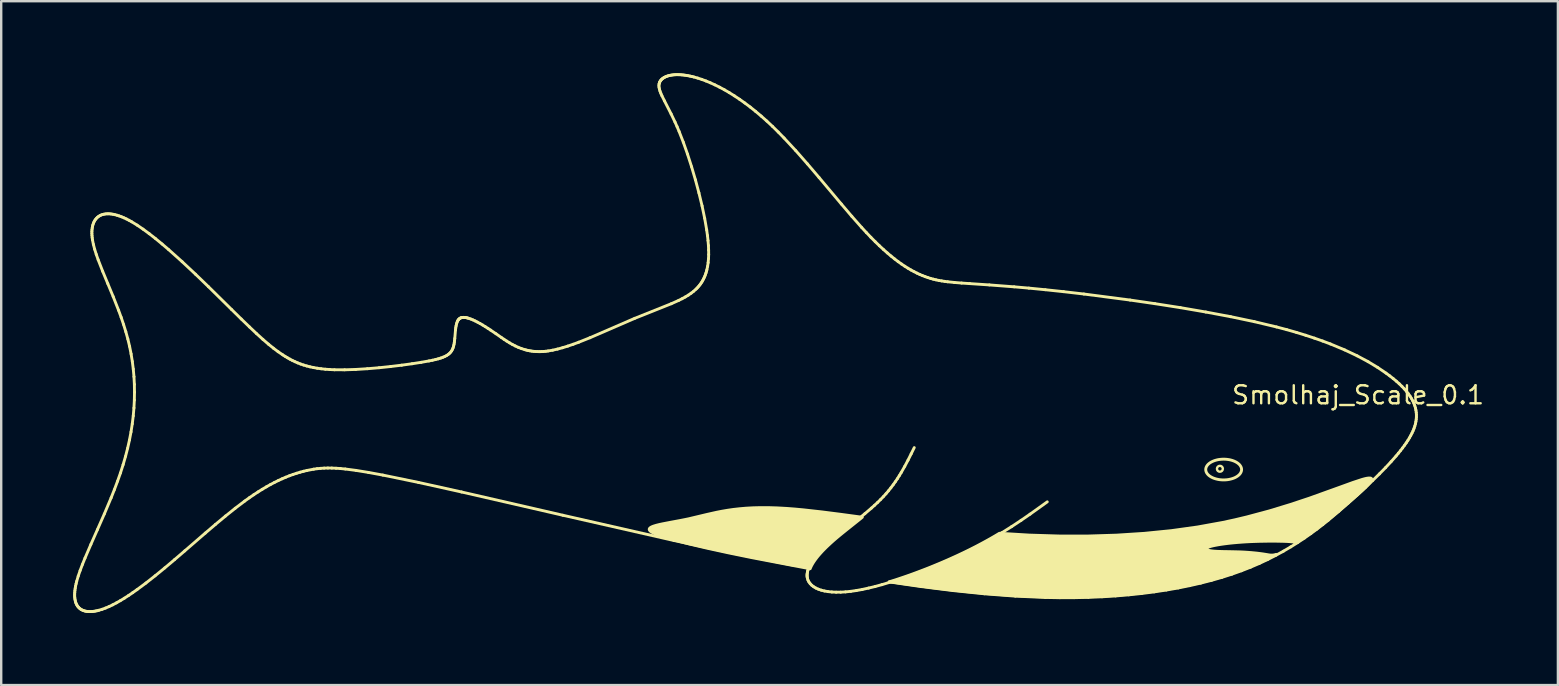
<source format=kicad_pcb>
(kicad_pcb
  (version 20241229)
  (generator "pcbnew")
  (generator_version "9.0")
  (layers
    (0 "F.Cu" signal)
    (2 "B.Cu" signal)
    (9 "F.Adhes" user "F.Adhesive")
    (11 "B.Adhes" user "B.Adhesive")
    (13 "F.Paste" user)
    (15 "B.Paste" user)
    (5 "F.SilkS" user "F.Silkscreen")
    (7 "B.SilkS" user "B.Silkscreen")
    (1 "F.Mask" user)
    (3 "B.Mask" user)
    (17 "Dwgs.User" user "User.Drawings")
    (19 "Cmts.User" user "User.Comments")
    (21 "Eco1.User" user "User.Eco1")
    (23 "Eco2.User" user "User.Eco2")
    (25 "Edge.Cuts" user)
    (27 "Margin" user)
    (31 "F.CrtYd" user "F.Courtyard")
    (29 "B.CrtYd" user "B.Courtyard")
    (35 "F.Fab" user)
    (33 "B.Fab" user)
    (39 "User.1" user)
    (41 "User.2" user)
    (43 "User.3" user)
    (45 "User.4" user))
  (footprint "Smolhaj_Scale_0.1"
    (layer "F.Cu")
    (at 55.957 14.324)
    (property "Reference" "Smolhaj_Scale_0.1" (at -2.43 -0.916 0) (unlocked yes) (layer "F.SilkS") (effects (font (size 0.75 0.75) (thickness 0.1))))
    (attr exclude_from_pos_files exclude_from_bom allow_missing_courtyard)
    (private_layers "User.2")
    (fp_line (start -55.897 7.382) (end -55.897 7.456) (stroke (width 0.12) (type default)) (layer "F.SilkS"))
    (fp_line (start -55.897 7.456) (end -55.892 7.526) (stroke (width 0.12) (type default)) (layer "F.SilkS"))
    (fp_line (start -55.893 7.304) (end -55.897 7.382) (stroke (width 0.12) (type default)) (layer "F.SilkS"))
    (fp_line (start -55.892 7.526) (end -55.884 7.591) (stroke (width 0.12) (type default)) (layer "F.SilkS"))
    (fp_line (start -55.886 7.221) (end -55.893 7.304) (stroke (width 0.12) (type default)) (layer "F.SilkS"))
    (fp_line (start -55.884 7.591) (end -55.872 7.652) (stroke (width 0.12) (type default)) (layer "F.SilkS"))
    (fp_line (start -55.874 7.134) (end -55.886 7.221) (stroke (width 0.12) (type default)) (layer "F.SilkS"))
    (fp_line (start -55.872 7.652) (end -55.857 7.709) (stroke (width 0.12) (type default)) (layer "F.SilkS"))
    (fp_line (start -55.858 7.042) (end -55.874 7.134) (stroke (width 0.12) (type default)) (layer "F.SilkS"))
    (fp_line (start -55.857 7.709) (end -55.838 7.762) (stroke (width 0.12) (type default)) (layer "F.SilkS"))
    (fp_line (start -55.838 7.762) (end -55.816 7.81) (stroke (width 0.12) (type default)) (layer "F.SilkS"))
    (fp_line (start -55.837 6.945) (end -55.858 7.042) (stroke (width 0.12) (type default)) (layer "F.SilkS"))
    (fp_line (start -55.816 7.81) (end -55.791 7.855) (stroke (width 0.12) (type default)) (layer "F.SilkS"))
    (fp_line (start -55.812 6.844) (end -55.837 6.945) (stroke (width 0.12) (type default)) (layer "F.SilkS"))
    (fp_line (start -55.791 7.855) (end -55.762 7.896) (stroke (width 0.12) (type default)) (layer "F.SilkS"))
    (fp_line (start -55.762 7.896) (end -55.73 7.933) (stroke (width 0.12) (type default)) (layer "F.SilkS"))
    (fp_line (start -55.749 6.628) (end -55.812 6.844) (stroke (width 0.12) (type default)) (layer "F.SilkS"))
    (fp_line (start -55.73 7.933) (end -55.696 7.966) (stroke (width 0.12) (type default)) (layer "F.SilkS"))
    (fp_line (start -55.696 7.966) (end -55.658 7.996) (stroke (width 0.12) (type default)) (layer "F.SilkS"))
    (fp_line (start -55.669 6.394) (end -55.749 6.628) (stroke (width 0.12) (type default)) (layer "F.SilkS"))
    (fp_line (start -55.658 7.996) (end -55.618 8.022) (stroke (width 0.12) (type default)) (layer "F.SilkS"))
    (fp_line (start -55.618 8.022) (end -55.575 8.044) (stroke (width 0.12) (type default)) (layer "F.SilkS"))
    (fp_line (start -55.575 8.044) (end -55.529 8.063) (stroke (width 0.12) (type default)) (layer "F.SilkS"))
    (fp_line (start -55.574 6.143) (end -55.669 6.394) (stroke (width 0.12) (type default)) (layer "F.SilkS"))
    (fp_line (start -55.529 8.063) (end -55.481 8.078) (stroke (width 0.12) (type default)) (layer "F.SilkS"))
    (fp_line (start -55.481 8.078) (end -55.431 8.09) (stroke (width 0.12) (type default)) (layer "F.SilkS"))
    (fp_line (start -55.466 5.877) (end -55.574 6.143) (stroke (width 0.12) (type default)) (layer "F.SilkS"))
    (fp_line (start -55.431 8.09) (end -55.379 8.098) (stroke (width 0.12) (type default)) (layer "F.SilkS"))
    (fp_line (start -55.379 8.098) (end -55.324 8.103) (stroke (width 0.12) (type default)) (layer "F.SilkS"))
    (fp_line (start -55.324 8.103) (end -55.267 8.105) (stroke (width 0.12) (type default)) (layer "F.SilkS"))
    (fp_line (start -55.267 8.105) (end -55.209 8.104) (stroke (width 0.12) (type default)) (layer "F.SilkS"))
    (fp_line (start -55.221 5.306) (end -55.466 5.877) (stroke (width 0.12) (type default)) (layer "F.SilkS"))
    (fp_line (start -55.209 8.104) (end -55.148 8.099) (stroke (width 0.12) (type default)) (layer "F.SilkS"))
    (fp_line (start -55.179 -7.647) (end -55.175 -7.563) (stroke (width 0.12) (type default)) (layer "F.SilkS"))
    (fp_line (start -55.179 -7.728) (end -55.179 -7.647) (stroke (width 0.12) (type default)) (layer "F.SilkS"))
    (fp_line (start -55.175 -7.563) (end -55.167 -7.475) (stroke (width 0.12) (type default)) (layer "F.SilkS"))
    (fp_line (start -55.174 -7.805) (end -55.179 -7.728) (stroke (width 0.12) (type default)) (layer "F.SilkS"))
    (fp_line (start -55.167 -7.475) (end -55.155 -7.384) (stroke (width 0.12) (type default)) (layer "F.SilkS"))
    (fp_line (start -55.165 -7.879) (end -55.174 -7.805) (stroke (width 0.12) (type default)) (layer "F.SilkS"))
    (fp_line (start -55.155 -7.384) (end -55.117 -7.194) (stroke (width 0.12) (type default)) (layer "F.SilkS"))
    (fp_line (start -55.152 -7.949) (end -55.165 -7.879) (stroke (width 0.12) (type default)) (layer "F.SilkS"))
    (fp_line (start -55.148 8.099) (end -55.086 8.092) (stroke (width 0.12) (type default)) (layer "F.SilkS"))
    (fp_line (start -55.135 -8.015) (end -55.152 -7.949) (stroke (width 0.12) (type default)) (layer "F.SilkS"))
    (fp_line (start -55.117 -7.194) (end -55.064 -6.991) (stroke (width 0.12) (type default)) (layer "F.SilkS"))
    (fp_line (start -55.113 -8.077) (end -55.135 -8.015) (stroke (width 0.12) (type default)) (layer "F.SilkS"))
    (fp_line (start -55.088 -8.135) (end -55.113 -8.077) (stroke (width 0.12) (type default)) (layer "F.SilkS"))
    (fp_line (start -55.086 8.092) (end -55.023 8.081) (stroke (width 0.12) (type default)) (layer "F.SilkS"))
    (fp_line (start -55.064 -6.991) (end -54.997 -6.777) (stroke (width 0.12) (type default)) (layer "F.SilkS"))
    (fp_line (start -55.058 -8.188) (end -55.088 -8.135) (stroke (width 0.12) (type default)) (layer "F.SilkS"))
    (fp_line (start -55.024 -8.238) (end -55.058 -8.188) (stroke (width 0.12) (type default)) (layer "F.SilkS"))
    (fp_line (start -55.023 8.081) (end -54.957 8.068) (stroke (width 0.12) (type default)) (layer "F.SilkS"))
    (fp_line (start -54.997 -6.777) (end -54.918 -6.553) (stroke (width 0.12) (type default)) (layer "F.SilkS"))
    (fp_line (start -54.986 -8.282) (end -55.024 -8.238) (stroke (width 0.12) (type default)) (layer "F.SilkS"))
    (fp_line (start -54.957 8.068) (end -54.891 8.051) (stroke (width 0.12) (type default)) (layer "F.SilkS"))
    (fp_line (start -54.948 4.689) (end -55.221 5.306) (stroke (width 0.12) (type default)) (layer "F.SilkS"))
    (fp_line (start -54.945 -8.323) (end -54.986 -8.282) (stroke (width 0.12) (type default)) (layer "F.SilkS"))
    (fp_line (start -54.918 -6.553) (end -54.731 -6.074) (stroke (width 0.12) (type default)) (layer "F.SilkS"))
    (fp_line (start -54.899 -8.358) (end -54.945 -8.323) (stroke (width 0.12) (type default)) (layer "F.SilkS"))
    (fp_line (start -54.891 8.051) (end -54.753 8.01) (stroke (width 0.12) (type default)) (layer "F.SilkS"))
    (fp_line (start -54.849 -8.389) (end -54.899 -8.358) (stroke (width 0.12) (type default)) (layer "F.SilkS"))
    (fp_line (start -54.795 -8.415) (end -54.849 -8.389) (stroke (width 0.12) (type default)) (layer "F.SilkS"))
    (fp_line (start -54.753 8.01) (end -54.611 7.958) (stroke (width 0.12) (type default)) (layer "F.SilkS"))
    (fp_line (start -54.737 -8.436) (end -54.795 -8.415) (stroke (width 0.12) (type default)) (layer "F.SilkS"))
    (fp_line (start -54.731 -6.074) (end -54.518 -5.561) (stroke (width 0.12) (type default)) (layer "F.SilkS"))
    (fp_line (start -54.675 -8.451) (end -54.737 -8.436) (stroke (width 0.12) (type default)) (layer "F.SilkS"))
    (fp_line (start -54.661 4.038) (end -54.948 4.689) (stroke (width 0.12) (type default)) (layer "F.SilkS"))
    (fp_line (start -54.611 7.958) (end -54.463 7.896) (stroke (width 0.12) (type default)) (layer "F.SilkS"))
    (fp_line (start -54.61 -8.462) (end -54.675 -8.451) (stroke (width 0.12) (type default)) (layer "F.SilkS"))
    (fp_line (start -54.54 -8.467) (end -54.61 -8.462) (stroke (width 0.12) (type default)) (layer "F.SilkS"))
    (fp_line (start -54.518 -5.561) (end -54.292 -5.017) (stroke (width 0.12) (type default)) (layer "F.SilkS"))
    (fp_line (start -54.467 -8.467) (end -54.54 -8.467) (stroke (width 0.12) (type default)) (layer "F.SilkS"))
    (fp_line (start -54.463 7.896) (end -54.311 7.823) (stroke (width 0.12) (type default)) (layer "F.SilkS"))
    (fp_line (start -54.389 -8.461) (end -54.467 -8.467) (stroke (width 0.12) (type default)) (layer "F.SilkS"))
    (fp_line (start -54.377 3.364) (end -54.661 4.038) (stroke (width 0.12) (type default)) (layer "F.SilkS"))
    (fp_line (start -54.311 7.823) (end -54.154 7.74) (stroke (width 0.12) (type default)) (layer "F.SilkS"))
    (fp_line (start -54.308 -8.449) (end -54.389 -8.461) (stroke (width 0.12) (type default)) (layer "F.SilkS"))
    (fp_line (start -54.292 -5.017) (end -54.067 -4.447) (stroke (width 0.12) (type default)) (layer "F.SilkS"))
    (fp_line (start -54.241 3.021) (end -54.377 3.364) (stroke (width 0.12) (type default)) (layer "F.SilkS"))
    (fp_line (start -54.223 -8.431) (end -54.308 -8.449) (stroke (width 0.12) (type default)) (layer "F.SilkS"))
    (fp_line (start -54.154 7.74) (end -53.992 7.648) (stroke (width 0.12) (type default)) (layer "F.SilkS"))
    (fp_line (start -54.134 -8.408) (end -54.223 -8.431) (stroke (width 0.12) (type default)) (layer "F.SilkS"))
    (fp_line (start -54.111 2.675) (end -54.241 3.021) (stroke (width 0.12) (type default)) (layer "F.SilkS"))
    (fp_line (start -54.067 -4.447) (end -53.96 -4.154) (stroke (width 0.12) (type default)) (layer "F.SilkS"))
    (fp_line (start -54.042 -8.378) (end -54.134 -8.408) (stroke (width 0.12) (type default)) (layer "F.SilkS"))
    (fp_line (start -53.992 7.648) (end -53.826 7.547) (stroke (width 0.12) (type default)) (layer "F.SilkS"))
    (fp_line (start -53.989 2.33) (end -54.111 2.675) (stroke (width 0.12) (type default)) (layer "F.SilkS"))
    (fp_line (start -53.96 -4.154) (end -53.859 -3.856) (stroke (width 0.12) (type default)) (layer "F.SilkS"))
    (fp_line (start -53.946 -8.343) (end -54.042 -8.378) (stroke (width 0.12) (type default)) (layer "F.SilkS"))
    (fp_line (start -53.878 1.984) (end -53.989 2.33) (stroke (width 0.12) (type default)) (layer "F.SilkS"))
    (fp_line (start -53.859 -3.856) (end -53.766 -3.554) (stroke (width 0.12) (type default)) (layer "F.SilkS"))
    (fp_line (start -53.846 -8.301) (end -53.946 -8.343) (stroke (width 0.12) (type default)) (layer "F.SilkS"))
    (fp_line (start -53.826 7.547) (end -53.655 7.437) (stroke (width 0.12) (type default)) (layer "F.SilkS"))
    (fp_line (start -53.778 1.64) (end -53.878 1.984) (stroke (width 0.12) (type default)) (layer "F.SilkS"))
    (fp_line (start -53.766 -3.554) (end -53.681 -3.249) (stroke (width 0.12) (type default)) (layer "F.SilkS"))
    (fp_line (start -53.742 -8.253) (end -53.846 -8.301) (stroke (width 0.12) (type default)) (layer "F.SilkS"))
    (fp_line (start -53.69 1.299) (end -53.778 1.64) (stroke (width 0.12) (type default)) (layer "F.SilkS"))
    (fp_line (start -53.681 -3.249) (end -53.608 -2.941) (stroke (width 0.12) (type default)) (layer "F.SilkS"))
    (fp_line (start -53.655 7.437) (end -53.48 7.318) (stroke (width 0.12) (type default)) (layer "F.SilkS"))
    (fp_line (start -53.635 -8.198) (end -53.742 -8.253) (stroke (width 0.12) (type default)) (layer "F.SilkS"))
    (fp_line (start -53.614 0.959) (end -53.69 1.299) (stroke (width 0.12) (type default)) (layer "F.SilkS"))
    (fp_line (start -53.608 -2.941) (end -53.546 -2.63) (stroke (width 0.12) (type default)) (layer "F.SilkS"))
    (fp_line (start -53.549 0.621) (end -53.614 0.959) (stroke (width 0.12) (type default)) (layer "F.SilkS"))
    (fp_line (start -53.546 -2.63) (end -53.495 -2.316) (stroke (width 0.12) (type default)) (layer "F.SilkS"))
    (fp_line (start -53.524 -8.136) (end -53.635 -8.198) (stroke (width 0.12) (type default)) (layer "F.SilkS"))
    (fp_line (start -53.497 0.285) (end -53.549 0.621) (stroke (width 0.12) (type default)) (layer "F.SilkS"))
    (fp_line (start -53.495 -2.316) (end -53.455 -2) (stroke (width 0.12) (type default)) (layer "F.SilkS"))
    (fp_line (start -53.48 7.318) (end -53.301 7.192) (stroke (width 0.12) (type default)) (layer "F.SilkS"))
    (fp_line (start -53.456 -0.048) (end -53.497 0.285) (stroke (width 0.12) (type default)) (layer "F.SilkS"))
    (fp_line (start -53.455 -2) (end -53.426 -1.681) (stroke (width 0.12) (type default)) (layer "F.SilkS"))
    (fp_line (start -53.427 -0.379) (end -53.456 -0.048) (stroke (width 0.12) (type default)) (layer "F.SilkS"))
    (fp_line (start -53.426 -1.681) (end -53.409 -1.359) (stroke (width 0.12) (type default)) (layer "F.SilkS"))
    (fp_line (start -53.41 -0.708) (end -53.427 -0.379) (stroke (width 0.12) (type default)) (layer "F.SilkS"))
    (fp_line (start -53.409 -1.359) (end -53.404 -1.035) (stroke (width 0.12) (type default)) (layer "F.SilkS"))
    (fp_line (start -53.404 -1.035) (end -53.41 -0.708) (stroke (width 0.12) (type default)) (layer "F.SilkS"))
    (fp_line (start -53.301 7.192) (end -52.93 6.917) (stroke (width 0.12) (type default)) (layer "F.SilkS"))
    (fp_line (start -53.292 -7.994) (end -53.524 -8.136) (stroke (width 0.12) (type default)) (layer "F.SilkS"))
    (fp_line (start -53.047 -7.827) (end -53.292 -7.994) (stroke (width 0.12) (type default)) (layer "F.SilkS"))
    (fp_line (start -52.93 6.917) (end -52.545 6.614) (stroke (width 0.12) (type default)) (layer "F.SilkS"))
    (fp_line (start -52.791 -7.639) (end -53.047 -7.827) (stroke (width 0.12) (type default)) (layer "F.SilkS"))
    (fp_line (start -52.545 6.614) (end -52.145 6.287) (stroke (width 0.12) (type default)) (layer "F.SilkS"))
    (fp_line (start -52.526 -7.432) (end -52.791 -7.639) (stroke (width 0.12) (type default)) (layer "F.SilkS"))
    (fp_line (start -52.255 -7.209) (end -52.526 -7.432) (stroke (width 0.12) (type default)) (layer "F.SilkS"))
    (fp_line (start -52.145 6.287) (end -51.733 5.939) (stroke (width 0.12) (type default)) (layer "F.SilkS"))
    (fp_line (start -51.979 -6.973) (end -52.255 -7.209) (stroke (width 0.12) (type default)) (layer "F.SilkS"))
    (fp_line (start -51.733 5.939) (end -51.311 5.576) (stroke (width 0.12) (type default)) (layer "F.SilkS"))
    (fp_line (start -51.418 -6.471) (end -51.979 -6.973) (stroke (width 0.12) (type default)) (layer "F.SilkS"))
    (fp_line (start -51.311 5.576) (end -50.456 4.836) (stroke (width 0.12) (type default)) (layer "F.SilkS"))
    (fp_line (start -50.861 -5.949) (end -51.418 -6.471) (stroke (width 0.12) (type default)) (layer "F.SilkS"))
    (fp_line (start -50.456 4.836) (end -50.031 4.473) (stroke (width 0.12) (type default)) (layer "F.SilkS"))
    (fp_line (start -50.321 -5.428) (end -50.861 -5.949) (stroke (width 0.12) (type default)) (layer "F.SilkS"))
    (fp_line (start -50.031 4.473) (end -49.613 4.125) (stroke (width 0.12) (type default)) (layer "F.SilkS"))
    (fp_line (start -49.613 4.125) (end -49.206 3.799) (stroke (width 0.12) (type default)) (layer "F.SilkS"))
    (fp_line (start -49.356 -4.477) (end -50.321 -5.428) (stroke (width 0.12) (type default)) (layer "F.SilkS"))
    (fp_line (start -49.206 3.799) (end -48.813 3.501) (stroke (width 0.12) (type default)) (layer "F.SilkS"))
    (fp_line (start -48.957 -4.085) (end -49.356 -4.477) (stroke (width 0.12) (type default)) (layer "F.SilkS"))
    (fp_line (start -48.813 3.501) (end -48.624 3.366) (stroke (width 0.12) (type default)) (layer "F.SilkS"))
    (fp_line (start -48.624 3.366) (end -48.439 3.239) (stroke (width 0.12) (type default)) (layer "F.SilkS"))
    (fp_line (start -48.613 -3.753) (end -48.957 -4.085) (stroke (width 0.12) (type default)) (layer "F.SilkS"))
    (fp_line (start -48.439 3.239) (end -48.258 3.12) (stroke (width 0.12) (type default)) (layer "F.SilkS"))
    (fp_line (start -48.316 -3.472) (end -48.613 -3.753) (stroke (width 0.12) (type default)) (layer "F.SilkS"))
    (fp_line (start -48.258 3.12) (end -48.082 3.01) (stroke (width 0.12) (type default)) (layer "F.SilkS"))
    (fp_line (start -48.082 3.01) (end -47.91 2.908) (stroke (width 0.12) (type default)) (layer "F.SilkS"))
    (fp_line (start -48.056 -3.236) (end -48.316 -3.472) (stroke (width 0.12) (type default)) (layer "F.SilkS"))
    (fp_line (start -47.91 2.908) (end -47.741 2.813) (stroke (width 0.12) (type default)) (layer "F.SilkS"))
    (fp_line (start -47.826 -3.038) (end -48.056 -3.236) (stroke (width 0.12) (type default)) (layer "F.SilkS"))
    (fp_line (start -47.741 2.813) (end -47.576 2.726) (stroke (width 0.12) (type default)) (layer "F.SilkS"))
    (fp_line (start -47.617 -2.869) (end -47.826 -3.038) (stroke (width 0.12) (type default)) (layer "F.SilkS"))
    (fp_line (start -47.576 2.726) (end -47.414 2.646) (stroke (width 0.12) (type default)) (layer "F.SilkS"))
    (fp_line (start -47.421 -2.722) (end -47.617 -2.869) (stroke (width 0.12) (type default)) (layer "F.SilkS"))
    (fp_line (start -47.414 2.646) (end -47.256 2.573) (stroke (width 0.12) (type default)) (layer "F.SilkS"))
    (fp_line (start -47.256 2.573) (end -47.1 2.506) (stroke (width 0.12) (type default)) (layer "F.SilkS"))
    (fp_line (start -47.228 -2.591) (end -47.421 -2.722) (stroke (width 0.12) (type default)) (layer "F.SilkS"))
    (fp_line (start -47.131 -2.529) (end -47.228 -2.591) (stroke (width 0.12) (type default)) (layer "F.SilkS"))
    (fp_line (start -47.1 2.506) (end -46.948 2.445) (stroke (width 0.12) (type default)) (layer "F.SilkS"))
    (fp_line (start -47.032 -2.469) (end -47.131 -2.529) (stroke (width 0.12) (type default)) (layer "F.SilkS"))
    (fp_line (start -46.948 2.445) (end -46.798 2.391) (stroke (width 0.12) (type default)) (layer "F.SilkS"))
    (fp_line (start -46.93 -2.412) (end -47.032 -2.469) (stroke (width 0.12) (type default)) (layer "F.SilkS"))
    (fp_line (start -46.826 -2.357) (end -46.93 -2.412) (stroke (width 0.12) (type default)) (layer "F.SilkS"))
    (fp_line (start -46.798 2.391) (end -46.65 2.342) (stroke (width 0.12) (type default)) (layer "F.SilkS"))
    (fp_line (start -46.717 -2.305) (end -46.826 -2.357) (stroke (width 0.12) (type default)) (layer "F.SilkS"))
    (fp_line (start -46.65 2.342) (end -46.505 2.298) (stroke (width 0.12) (type default)) (layer "F.SilkS"))
    (fp_line (start -46.604 -2.256) (end -46.717 -2.305) (stroke (width 0.12) (type default)) (layer "F.SilkS"))
    (fp_line (start -46.505 2.298) (end -46.361 2.259) (stroke (width 0.12) (type default)) (layer "F.SilkS"))
    (fp_line (start -46.485 -2.209) (end -46.604 -2.256) (stroke (width 0.12) (type default)) (layer "F.SilkS"))
    (fp_line (start -46.361 2.259) (end -46.22 2.226) (stroke (width 0.12) (type default)) (layer "F.SilkS"))
    (fp_line (start -46.361 -2.167) (end -46.485 -2.209) (stroke (width 0.12) (type default)) (layer "F.SilkS"))
    (fp_line (start -46.23 -2.128) (end -46.361 -2.167) (stroke (width 0.12) (type default)) (layer "F.SilkS"))
    (fp_line (start -46.22 2.226) (end -45.939 2.172) (stroke (width 0.12) (type default)) (layer "F.SilkS"))
    (fp_line (start -46.092 -2.092) (end -46.23 -2.128) (stroke (width 0.12) (type default)) (layer "F.SilkS"))
    (fp_line (start -45.946 -2.061) (end -46.092 -2.092) (stroke (width 0.12) (type default)) (layer "F.SilkS"))
    (fp_line (start -45.939 2.172) (end -45.798 2.152) (stroke (width 0.12) (type default)) (layer "F.SilkS"))
    (fp_line (start -45.798 2.152) (end -45.653 2.138) (stroke (width 0.12) (type default)) (layer "F.SilkS"))
    (fp_line (start -45.791 -2.034) (end -45.946 -2.061) (stroke (width 0.12) (type default)) (layer "F.SilkS"))
    (fp_line (start -45.653 2.138) (end -45.503 2.128) (stroke (width 0.12) (type default)) (layer "F.SilkS"))
    (fp_line (start -45.627 -2.011) (end -45.791 -2.034) (stroke (width 0.12) (type default)) (layer "F.SilkS"))
    (fp_line (start -45.503 2.128) (end -45.346 2.124) (stroke (width 0.12) (type default)) (layer "F.SilkS"))
    (fp_line (start -45.453 -1.992) (end -45.627 -2.011) (stroke (width 0.12) (type default)) (layer "F.SilkS"))
    (fp_line (start -45.346 2.124) (end -45.182 2.126) (stroke (width 0.12) (type default)) (layer "F.SilkS"))
    (fp_line (start -45.269 -1.979) (end -45.453 -1.992) (stroke (width 0.12) (type default)) (layer "F.SilkS"))
    (fp_line (start -45.182 2.126) (end -45.007 2.133) (stroke (width 0.12) (type default)) (layer "F.SilkS"))
    (fp_line (start -45.073 -1.97) (end -45.269 -1.979) (stroke (width 0.12) (type default)) (layer "F.SilkS"))
    (fp_line (start -45.007 2.133) (end -44.821 2.146) (stroke (width 0.12) (type default)) (layer "F.SilkS"))
    (fp_line (start -44.821 2.146) (end -44.622 2.165) (stroke (width 0.12) (type default)) (layer "F.SilkS"))
    (fp_line (start -44.647 -1.968) (end -45.073 -1.97) (stroke (width 0.12) (type default)) (layer "F.SilkS"))
    (fp_line (start -44.622 2.165) (end -44.177 2.223) (stroke (width 0.12) (type default)) (layer "F.SilkS"))
    (fp_line (start -44.187 -1.983) (end -44.647 -1.968) (stroke (width 0.12) (type default)) (layer "F.SilkS"))
    (fp_line (start -44.177 2.223) (end -43.66 2.307) (stroke (width 0.12) (type default)) (layer "F.SilkS"))
    (fp_line (start -43.705 -2.013) (end -44.187 -1.983) (stroke (width 0.12) (type default)) (layer "F.SilkS"))
    (fp_line (start -43.66 2.307) (end -43.058 2.418) (stroke (width 0.12) (type default)) (layer "F.SilkS"))
    (fp_line (start -43.216 -2.054) (end -43.705 -2.013) (stroke (width 0.12) (type default)) (layer "F.SilkS"))
    (fp_line (start -43.058 2.418) (end -41.575 2.724) (stroke (width 0.12) (type default)) (layer "F.SilkS"))
    (fp_line (start -42.734 -2.105) (end -43.216 -2.054) (stroke (width 0.12) (type default)) (layer "F.SilkS"))
    (fp_line (start -42.271 -2.161) (end -42.734 -2.105) (stroke (width 0.12) (type default)) (layer "F.SilkS"))
    (fp_line (start -41.842 -2.22) (end -42.271 -2.161) (stroke (width 0.12) (type default)) (layer "F.SilkS"))
    (fp_line (start -41.575 2.724) (end -39.778 3.122) (stroke (width 0.12) (type default)) (layer "F.SilkS"))
    (fp_line (start -41.46 -2.28) (end -41.842 -2.22) (stroke (width 0.12) (type default)) (layer "F.SilkS"))
    (fp_line (start -41.135 -2.337) (end -41.46 -2.28) (stroke (width 0.12) (type default)) (layer "F.SilkS"))
    (fp_line (start -40.993 -2.366) (end -41.135 -2.337) (stroke (width 0.12) (type default)) (layer "F.SilkS"))
    (fp_line (start -40.865 -2.395) (end -40.993 -2.366) (stroke (width 0.12) (type default)) (layer "F.SilkS"))
    (fp_line (start -40.75 -2.425) (end -40.865 -2.395) (stroke (width 0.12) (type default)) (layer "F.SilkS"))
    (fp_line (start -40.646 -2.457) (end -40.75 -2.425) (stroke (width 0.12) (type default)) (layer "F.SilkS"))
    (fp_line (start -40.553 -2.491) (end -40.646 -2.457) (stroke (width 0.12) (type default)) (layer "F.SilkS"))
    (fp_line (start -40.471 -2.527) (end -40.553 -2.491) (stroke (width 0.12) (type default)) (layer "F.SilkS"))
    (fp_line (start -40.398 -2.565) (end -40.471 -2.527) (stroke (width 0.12) (type default)) (layer "F.SilkS"))
    (fp_line (start -40.335 -2.607) (end -40.398 -2.565) (stroke (width 0.12) (type default)) (layer "F.SilkS"))
    (fp_line (start -40.281 -2.652) (end -40.335 -2.607) (stroke (width 0.12) (type default)) (layer "F.SilkS"))
    (fp_line (start -40.234 -2.701) (end -40.281 -2.652) (stroke (width 0.12) (type default)) (layer "F.SilkS"))
    (fp_line (start -40.194 -2.755) (end -40.234 -2.701) (stroke (width 0.12) (type default)) (layer "F.SilkS"))
    (fp_line (start -40.161 -2.814) (end -40.194 -2.755) (stroke (width 0.12) (type default)) (layer "F.SilkS"))
    (fp_line (start -40.134 -2.878) (end -40.161 -2.814) (stroke (width 0.12) (type default)) (layer "F.SilkS"))
    (fp_line (start -40.112 -2.947) (end -40.134 -2.878) (stroke (width 0.12) (type default)) (layer "F.SilkS"))
    (fp_line (start -40.094 -3.023) (end -40.112 -2.947) (stroke (width 0.12) (type default)) (layer "F.SilkS"))
    (fp_line (start -40.081 -3.103) (end -40.094 -3.023) (stroke (width 0.12) (type default)) (layer "F.SilkS"))
    (fp_line (start -40.07 -3.188) (end -40.081 -3.103) (stroke (width 0.12) (type default)) (layer "F.SilkS"))
    (fp_line (start -40.061 -3.275) (end -40.07 -3.188) (stroke (width 0.12) (type default)) (layer "F.SilkS"))
    (fp_line (start -40.031 -3.629) (end -40.061 -3.275) (stroke (width 0.12) (type default)) (layer "F.SilkS"))
    (fp_line (start -40.021 -3.713) (end -40.031 -3.629) (stroke (width 0.12) (type default)) (layer "F.SilkS"))
    (fp_line (start -40.008 -3.793) (end -40.021 -3.713) (stroke (width 0.12) (type default)) (layer "F.SilkS"))
    (fp_line (start -39.992 -3.867) (end -40.008 -3.793) (stroke (width 0.12) (type default)) (layer "F.SilkS"))
    (fp_line (start -39.971 -3.936) (end -39.992 -3.867) (stroke (width 0.12) (type default)) (layer "F.SilkS"))
    (fp_line (start -39.946 -3.996) (end -39.971 -3.936) (stroke (width 0.12) (type default)) (layer "F.SilkS"))
    (fp_line (start -39.931 -4.024) (end -39.946 -3.996) (stroke (width 0.12) (type default)) (layer "F.SilkS"))
    (fp_line (start -39.914 -4.049) (end -39.931 -4.024) (stroke (width 0.12) (type default)) (layer "F.SilkS"))
    (fp_line (start -39.896 -4.071) (end -39.914 -4.049) (stroke (width 0.12) (type default)) (layer "F.SilkS"))
    (fp_line (start -39.876 -4.091) (end -39.896 -4.071) (stroke (width 0.12) (type default)) (layer "F.SilkS"))
    (fp_line (start -39.854 -4.108) (end -39.876 -4.091) (stroke (width 0.12) (type default)) (layer "F.SilkS"))
    (fp_line (start -39.83 -4.123) (end -39.854 -4.108) (stroke (width 0.12) (type default)) (layer "F.SilkS"))
    (fp_line (start -39.804 -4.134) (end -39.83 -4.123) (stroke (width 0.12) (type default)) (layer "F.SilkS"))
    (fp_line (start -39.778 3.122) (end -35.56 4.091) (stroke (width 0.12) (type default)) (layer "F.SilkS"))
    (fp_line (start -39.776 -4.142) (end -39.804 -4.134) (stroke (width 0.12) (type default)) (layer "F.SilkS"))
    (fp_line (start -39.746 -4.148) (end -39.776 -4.142) (stroke (width 0.12) (type default)) (layer "F.SilkS"))
    (fp_line (start -39.714 -4.151) (end -39.746 -4.148) (stroke (width 0.12) (type default)) (layer "F.SilkS"))
    (fp_line (start -39.68 -4.151) (end -39.714 -4.151) (stroke (width 0.12) (type default)) (layer "F.SilkS"))
    (fp_line (start -39.645 -4.149) (end -39.68 -4.151) (stroke (width 0.12) (type default)) (layer "F.SilkS"))
    (fp_line (start -39.608 -4.144) (end -39.645 -4.149) (stroke (width 0.12) (type default)) (layer "F.SilkS"))
    (fp_line (start -39.569 -4.137) (end -39.608 -4.144) (stroke (width 0.12) (type default)) (layer "F.SilkS"))
    (fp_line (start -39.529 -4.127) (end -39.569 -4.137) (stroke (width 0.12) (type default)) (layer "F.SilkS"))
    (fp_line (start -39.487 -4.115) (end -39.529 -4.127) (stroke (width 0.12) (type default)) (layer "F.SilkS"))
    (fp_line (start -39.4 -4.086) (end -39.487 -4.115) (stroke (width 0.12) (type default)) (layer "F.SilkS"))
    (fp_line (start -39.308 -4.048) (end -39.4 -4.086) (stroke (width 0.12) (type default)) (layer "F.SilkS"))
    (fp_line (start -39.211 -4.003) (end -39.308 -4.048) (stroke (width 0.12) (type default)) (layer "F.SilkS"))
    (fp_line (start -39.111 -3.952) (end -39.211 -4.003) (stroke (width 0.12) (type default)) (layer "F.SilkS"))
    (fp_line (start -39.007 -3.895) (end -39.111 -3.952) (stroke (width 0.12) (type default)) (layer "F.SilkS"))
    (fp_line (start -38.9 -3.833) (end -39.007 -3.895) (stroke (width 0.12) (type default)) (layer "F.SilkS"))
    (fp_line (start -38.792 -3.766) (end -38.9 -3.833) (stroke (width 0.12) (type default)) (layer "F.SilkS"))
    (fp_line (start -38.681 -3.696) (end -38.792 -3.766) (stroke (width 0.12) (type default)) (layer "F.SilkS"))
    (fp_line (start -38.57 -3.623) (end -38.681 -3.696) (stroke (width 0.12) (type default)) (layer "F.SilkS"))
    (fp_line (start -38.346 -3.471) (end -38.57 -3.623) (stroke (width 0.12) (type default)) (layer "F.SilkS"))
    (fp_line (start -38.123 -3.316) (end -38.346 -3.471) (stroke (width 0.12) (type default)) (layer "F.SilkS"))
    (fp_line (start -38.011 -3.239) (end -38.123 -3.316) (stroke (width 0.12) (type default)) (layer "F.SilkS"))
    (fp_line (start -37.898 -3.165) (end -38.011 -3.239) (stroke (width 0.12) (type default)) (layer "F.SilkS"))
    (fp_line (start -37.782 -3.093) (end -37.898 -3.165) (stroke (width 0.12) (type default)) (layer "F.SilkS"))
    (fp_line (start -37.664 -3.025) (end -37.782 -3.093) (stroke (width 0.12) (type default)) (layer "F.SilkS"))
    (fp_line (start -37.542 -2.962) (end -37.664 -3.025) (stroke (width 0.12) (type default)) (layer "F.SilkS"))
    (fp_line (start -37.416 -2.904) (end -37.542 -2.962) (stroke (width 0.12) (type default)) (layer "F.SilkS"))
    (fp_line (start -37.285 -2.853) (end -37.416 -2.904) (stroke (width 0.12) (type default)) (layer "F.SilkS"))
    (fp_line (start -37.148 -2.809) (end -37.285 -2.853) (stroke (width 0.12) (type default)) (layer "F.SilkS"))
    (fp_line (start -37.078 -2.79) (end -37.148 -2.809) (stroke (width 0.12) (type default)) (layer "F.SilkS"))
    (fp_line (start -37.006 -2.773) (end -37.078 -2.79) (stroke (width 0.12) (type default)) (layer "F.SilkS"))
    (fp_line (start -36.932 -2.759) (end -37.006 -2.773) (stroke (width 0.12) (type default)) (layer "F.SilkS"))
    (fp_line (start -36.857 -2.747) (end -36.932 -2.759) (stroke (width 0.12) (type default)) (layer "F.SilkS"))
    (fp_line (start -36.779 -2.737) (end -36.857 -2.747) (stroke (width 0.12) (type default)) (layer "F.SilkS"))
    (fp_line (start -36.7 -2.731) (end -36.779 -2.737) (stroke (width 0.12) (type default)) (layer "F.SilkS"))
    (fp_line (start -36.618 -2.727) (end -36.7 -2.731) (stroke (width 0.12) (type default)) (layer "F.SilkS"))
    (fp_line (start -36.535 -2.725) (end -36.618 -2.727) (stroke (width 0.12) (type default)) (layer "F.SilkS"))
    (fp_line (start -36.449 -2.727) (end -36.535 -2.725) (stroke (width 0.12) (type default)) (layer "F.SilkS"))
    (fp_line (start -36.361 -2.732) (end -36.449 -2.727) (stroke (width 0.12) (type default)) (layer "F.SilkS"))
    (fp_line (start -36.27 -2.74) (end -36.361 -2.732) (stroke (width 0.12) (type default)) (layer "F.SilkS"))
    (fp_line (start -36.177 -2.752) (end -36.27 -2.74) (stroke (width 0.12) (type default)) (layer "F.SilkS"))
    (fp_line (start -35.984 -2.785) (end -36.177 -2.752) (stroke (width 0.12) (type default)) (layer "F.SilkS"))
    (fp_line (start -35.781 -2.831) (end -35.984 -2.785) (stroke (width 0.12) (type default)) (layer "F.SilkS"))
    (fp_line (start -35.57 -2.888) (end -35.781 -2.831) (stroke (width 0.12) (type default)) (layer "F.SilkS"))
    (fp_line (start -35.56 4.091) (end -30.929 5.144) (stroke (width 0.12) (type default)) (layer "F.SilkS"))
    (fp_line (start -35.352 -2.956) (end -35.57 -2.888) (stroke (width 0.12) (type default)) (layer "F.SilkS"))
    (fp_line (start -35.128 -3.032) (end -35.352 -2.956) (stroke (width 0.12) (type default)) (layer "F.SilkS"))
    (fp_line (start -34.899 -3.116) (end -35.128 -3.032) (stroke (width 0.12) (type default)) (layer "F.SilkS"))
    (fp_line (start -34.431 -3.303) (end -34.899 -3.116) (stroke (width 0.12) (type default)) (layer "F.SilkS"))
    (fp_line (start -32.565 -4.112) (end -34.431 -3.303) (stroke (width 0.12) (type default)) (layer "F.SilkS"))
    (fp_line (start -31.556 -13.799) (end -31.55 -13.729) (stroke (width 0.12) (type default)) (layer "F.SilkS"))
    (fp_line (start -31.551 -13.865) (end -31.556 -13.799) (stroke (width 0.12) (type default)) (layer "F.SilkS"))
    (fp_line (start -31.55 -13.729) (end -31.534 -13.653) (stroke (width 0.12) (type default)) (layer "F.SilkS"))
    (fp_line (start -31.544 -13.897) (end -31.551 -13.865) (stroke (width 0.12) (type default)) (layer "F.SilkS"))
    (fp_line (start -31.535 -13.927) (end -31.544 -13.897) (stroke (width 0.12) (type default)) (layer "F.SilkS"))
    (fp_line (start -31.534 -13.653) (end -31.509 -13.571) (stroke (width 0.12) (type default)) (layer "F.SilkS"))
    (fp_line (start -31.523 -13.957) (end -31.535 -13.927) (stroke (width 0.12) (type default)) (layer "F.SilkS"))
    (fp_line (start -31.509 -13.571) (end -31.475 -13.483) (stroke (width 0.12) (type default)) (layer "F.SilkS"))
    (fp_line (start -31.508 -13.985) (end -31.523 -13.957) (stroke (width 0.12) (type default)) (layer "F.SilkS"))
    (fp_line (start -31.49 -14.013) (end -31.508 -13.985) (stroke (width 0.12) (type default)) (layer "F.SilkS"))
    (fp_line (start -31.475 -13.483) (end -31.433 -13.388) (stroke (width 0.12) (type default)) (layer "F.SilkS"))
    (fp_line (start -31.47 -14.039) (end -31.49 -14.013) (stroke (width 0.12) (type default)) (layer "F.SilkS"))
    (fp_line (start -31.447 -14.064) (end -31.47 -14.039) (stroke (width 0.12) (type default)) (layer "F.SilkS"))
    (fp_line (start -31.433 -13.388) (end -31.327 -13.174) (stroke (width 0.12) (type default)) (layer "F.SilkS"))
    (fp_line (start -31.421 -14.088) (end -31.447 -14.064) (stroke (width 0.12) (type default)) (layer "F.SilkS"))
    (fp_line (start -31.393 -14.11) (end -31.421 -14.088) (stroke (width 0.12) (type default)) (layer "F.SilkS"))
    (fp_line (start -31.362 -14.131) (end -31.393 -14.11) (stroke (width 0.12) (type default)) (layer "F.SilkS"))
    (fp_line (start -31.329 -14.151) (end -31.362 -14.131) (stroke (width 0.12) (type default)) (layer "F.SilkS"))
    (fp_line (start -31.327 -13.174) (end -31.049 -12.629) (stroke (width 0.12) (type default)) (layer "F.SilkS"))
    (fp_line (start -31.293 -14.169) (end -31.329 -14.151) (stroke (width 0.12) (type default)) (layer "F.SilkS"))
    (fp_line (start -31.255 -14.186) (end -31.293 -14.169) (stroke (width 0.12) (type default)) (layer "F.SilkS"))
    (fp_line (start -31.215 -14.201) (end -31.255 -14.186) (stroke (width 0.12) (type default)) (layer "F.SilkS"))
    (fp_line (start -31.172 -14.215) (end -31.215 -14.201) (stroke (width 0.12) (type default)) (layer "F.SilkS"))
    (fp_line (start -31.126 -14.227) (end -31.172 -14.215) (stroke (width 0.12) (type default)) (layer "F.SilkS"))
    (fp_line (start -31.079 -14.238) (end -31.126 -14.227) (stroke (width 0.12) (type default)) (layer "F.SilkS"))
    (fp_line (start -31.049 -12.629) (end -30.886 -12.289) (stroke (width 0.12) (type default)) (layer "F.SilkS"))
    (fp_line (start -31.04 -4.721) (end -32.565 -4.112) (stroke (width 0.12) (type default)) (layer "F.SilkS"))
    (fp_line (start -31.029 -14.246) (end -31.079 -14.238) (stroke (width 0.12) (type default)) (layer "F.SilkS"))
    (fp_line (start -30.977 -14.253) (end -31.029 -14.246) (stroke (width 0.12) (type default)) (layer "F.SilkS"))
    (fp_line (start -30.929 5.144) (end -28.482 5.668) (stroke (width 0.12) (type default)) (layer "F.SilkS"))
    (fp_line (start -30.922 -14.259) (end -30.977 -14.253) (stroke (width 0.12) (type default)) (layer "F.SilkS"))
    (fp_line (start -30.886 -12.289) (end -30.801 -12.099) (stroke (width 0.12) (type default)) (layer "F.SilkS"))
    (fp_line (start -30.866 -14.262) (end -30.922 -14.259) (stroke (width 0.12) (type default)) (layer "F.SilkS"))
    (fp_line (start -30.807 -14.264) (end -30.866 -14.262) (stroke (width 0.12) (type default)) (layer "F.SilkS"))
    (fp_line (start -30.801 -12.099) (end -30.715 -11.896) (stroke (width 0.12) (type default)) (layer "F.SilkS"))
    (fp_line (start -30.746 -14.263) (end -30.807 -14.264) (stroke (width 0.12) (type default)) (layer "F.SilkS"))
    (fp_line (start -30.733 -4.859) (end -31.04 -4.721) (stroke (width 0.12) (type default)) (layer "F.SilkS"))
    (fp_line (start -30.715 -11.896) (end -30.54 -11.448) (stroke (width 0.12) (type default)) (layer "F.SilkS"))
    (fp_line (start -30.683 -14.261) (end -30.746 -14.263) (stroke (width 0.12) (type default)) (layer "F.SilkS"))
    (fp_line (start -30.618 -14.257) (end -30.683 -14.261) (stroke (width 0.12) (type default)) (layer "F.SilkS"))
    (fp_line (start -30.592 -4.929) (end -30.733 -4.859) (stroke (width 0.12) (type default)) (layer "F.SilkS"))
    (fp_line (start -30.55 -14.251) (end -30.618 -14.257) (stroke (width 0.12) (type default)) (layer "F.SilkS"))
    (fp_line (start -30.54 -11.448) (end -30.366 -10.955) (stroke (width 0.12) (type default)) (layer "F.SilkS"))
    (fp_line (start -30.481 -14.242) (end -30.55 -14.251) (stroke (width 0.12) (type default)) (layer "F.SilkS"))
    (fp_line (start -30.459 -5.002) (end -30.592 -4.929) (stroke (width 0.12) (type default)) (layer "F.SilkS"))
    (fp_line (start -30.41 -14.232) (end -30.481 -14.242) (stroke (width 0.12) (type default)) (layer "F.SilkS"))
    (fp_line (start -30.366 -10.955) (end -30.197 -10.43) (stroke (width 0.12) (type default)) (layer "F.SilkS"))
    (fp_line (start -30.337 -14.219) (end -30.41 -14.232) (stroke (width 0.12) (type default)) (layer "F.SilkS"))
    (fp_line (start -30.333 -5.078) (end -30.459 -5.002) (stroke (width 0.12) (type default)) (layer "F.SilkS"))
    (fp_line (start -30.262 -14.204) (end -30.337 -14.219) (stroke (width 0.12) (type default)) (layer "F.SilkS"))
    (fp_line (start -30.217 -5.158) (end -30.333 -5.078) (stroke (width 0.12) (type default)) (layer "F.SilkS"))
    (fp_line (start -30.197 -10.43) (end -30.037 -9.886) (stroke (width 0.12) (type default)) (layer "F.SilkS"))
    (fp_line (start -30.185 -14.187) (end -30.262 -14.204) (stroke (width 0.12) (type default)) (layer "F.SilkS"))
    (fp_line (start -30.109 -5.241) (end -30.217 -5.158) (stroke (width 0.12) (type default)) (layer "F.SilkS"))
    (fp_line (start -30.106 -14.168) (end -30.185 -14.187) (stroke (width 0.12) (type default)) (layer "F.SilkS"))
    (fp_line (start -30.037 -9.886) (end -29.89 -9.338) (stroke (width 0.12) (type default)) (layer "F.SilkS"))
    (fp_line (start -30.01 -5.33) (end -30.109 -5.241) (stroke (width 0.12) (type default)) (layer "F.SilkS"))
    (fp_line (start -29.963 -5.377) (end -30.01 -5.33) (stroke (width 0.12) (type default)) (layer "F.SilkS"))
    (fp_line (start -29.943 -14.122) (end -30.106 -14.168) (stroke (width 0.12) (type default)) (layer "F.SilkS"))
    (fp_line (start -29.919 -5.425) (end -29.963 -5.377) (stroke (width 0.12) (type default)) (layer "F.SilkS"))
    (fp_line (start -29.89 -9.338) (end -29.759 -8.797) (stroke (width 0.12) (type default)) (layer "F.SilkS"))
    (fp_line (start -29.878 -5.474) (end -29.919 -5.425) (stroke (width 0.12) (type default)) (layer "F.SilkS"))
    (fp_line (start -29.838 -5.525) (end -29.878 -5.474) (stroke (width 0.12) (type default)) (layer "F.SilkS"))
    (fp_line (start -29.8 -5.578) (end -29.838 -5.525) (stroke (width 0.12) (type default)) (layer "F.SilkS"))
    (fp_line (start -29.774 -14.067) (end -29.943 -14.122) (stroke (width 0.12) (type default)) (layer "F.SilkS"))
    (fp_line (start -29.765 -5.632) (end -29.8 -5.578) (stroke (width 0.12) (type default)) (layer "F.SilkS"))
    (fp_line (start -29.759 -8.797) (end -29.65 -8.277) (stroke (width 0.12) (type default)) (layer "F.SilkS"))
    (fp_line (start -29.732 -5.689) (end -29.765 -5.632) (stroke (width 0.12) (type default)) (layer "F.SilkS"))
    (fp_line (start -29.701 -5.747) (end -29.732 -5.689) (stroke (width 0.12) (type default)) (layer "F.SilkS"))
    (fp_line (start -29.672 -5.806) (end -29.701 -5.747) (stroke (width 0.12) (type default)) (layer "F.SilkS"))
    (fp_line (start -29.65 -8.277) (end -29.566 -7.791) (stroke (width 0.12) (type default)) (layer "F.SilkS"))
    (fp_line (start -29.645 -5.868) (end -29.672 -5.806) (stroke (width 0.12) (type default)) (layer "F.SilkS"))
    (fp_line (start -29.621 -5.931) (end -29.645 -5.868) (stroke (width 0.12) (type default)) (layer "F.SilkS"))
    (fp_line (start -29.598 -5.997) (end -29.621 -5.931) (stroke (width 0.12) (type default)) (layer "F.SilkS"))
    (fp_line (start -29.597 -14.001) (end -29.774 -14.067) (stroke (width 0.12) (type default)) (layer "F.SilkS"))
    (fp_line (start -29.578 -6.064) (end -29.598 -5.997) (stroke (width 0.12) (type default)) (layer "F.SilkS"))
    (fp_line (start -29.566 -7.791) (end -29.535 -7.565) (stroke (width 0.12) (type default)) (layer "F.SilkS"))
    (fp_line (start -29.559 -6.134) (end -29.578 -6.064) (stroke (width 0.12) (type default)) (layer "F.SilkS"))
    (fp_line (start -29.535 -7.565) (end -29.511 -7.35) (stroke (width 0.12) (type default)) (layer "F.SilkS"))
    (fp_line (start -29.528 -6.279) (end -29.559 -6.134) (stroke (width 0.12) (type default)) (layer "F.SilkS"))
    (fp_line (start -29.511 -7.35) (end -29.494 -7.146) (stroke (width 0.12) (type default)) (layer "F.SilkS"))
    (fp_line (start -29.506 -6.433) (end -29.528 -6.279) (stroke (width 0.12) (type default)) (layer "F.SilkS"))
    (fp_line (start -29.494 -7.146) (end -29.486 -6.953) (stroke (width 0.12) (type default)) (layer "F.SilkS"))
    (fp_line (start -29.491 -6.597) (end -29.506 -6.433) (stroke (width 0.12) (type default)) (layer "F.SilkS"))
    (fp_line (start -29.486 -6.953) (end -29.484 -6.77) (stroke (width 0.12) (type default)) (layer "F.SilkS"))
    (fp_line (start -29.484 -6.77) (end -29.491 -6.597) (stroke (width 0.12) (type default)) (layer "F.SilkS"))
    (fp_line (start -29.414 -13.925) (end -29.597 -14.001) (stroke (width 0.12) (type default)) (layer "F.SilkS"))
    (fp_line (start -29.225 -13.839) (end -29.414 -13.925) (stroke (width 0.12) (type default)) (layer "F.SilkS"))
    (fp_line (start -29.03 -13.742) (end -29.225 -13.839) (stroke (width 0.12) (type default)) (layer "F.SilkS"))
    (fp_line (start -28.829 -13.634) (end -29.03 -13.742) (stroke (width 0.12) (type default)) (layer "F.SilkS"))
    (fp_line (start -28.624 -13.514) (end -28.829 -13.634) (stroke (width 0.12) (type default)) (layer "F.SilkS"))
    (fp_line (start -28.482 5.668) (end -25.939 6.176) (stroke (width 0.12) (type default)) (layer "F.SilkS"))
    (fp_line (start -28.413 -13.382) (end -28.624 -13.514) (stroke (width 0.12) (type default)) (layer "F.SilkS"))
    (fp_line (start -28.198 -13.239) (end -28.413 -13.382) (stroke (width 0.12) (type default)) (layer "F.SilkS"))
    (fp_line (start -27.978 -13.083) (end -28.198 -13.239) (stroke (width 0.12) (type default)) (layer "F.SilkS"))
    (fp_line (start -27.754 -12.915) (end -27.978 -13.083) (stroke (width 0.12) (type default)) (layer "F.SilkS"))
    (fp_line (start -27.527 -12.733) (end -27.754 -12.915) (stroke (width 0.12) (type default)) (layer "F.SilkS"))
    (fp_line (start -27.296 -12.538) (end -27.527 -12.733) (stroke (width 0.12) (type default)) (layer "F.SilkS"))
    (fp_line (start -27.061 -12.33) (end -27.296 -12.538) (stroke (width 0.12) (type default)) (layer "F.SilkS"))
    (fp_line (start -26.824 -12.108) (end -27.061 -12.33) (stroke (width 0.12) (type default)) (layer "F.SilkS"))
    (fp_line (start -26.585 -11.872) (end -26.824 -12.108) (stroke (width 0.12) (type default)) (layer "F.SilkS"))
    (fp_line (start -26.343 -11.624) (end -26.585 -11.872) (stroke (width 0.12) (type default)) (layer "F.SilkS"))
    (fp_line (start -25.856 -11.099) (end -26.343 -11.624) (stroke (width 0.12) (type default)) (layer "F.SilkS"))
    (fp_line (start -25.384 6.596) (end -25.383 6.638) (stroke (width 0.12) (type default)) (layer "F.SilkS"))
    (fp_line (start -25.383 6.638) (end -25.378 6.679) (stroke (width 0.12) (type default)) (layer "F.SilkS"))
    (fp_line (start -25.383 6.553) (end -25.384 6.596) (stroke (width 0.12) (type default)) (layer "F.SilkS"))
    (fp_line (start -25.378 6.509) (end -25.383 6.553) (stroke (width 0.12) (type default)) (layer "F.SilkS"))
    (fp_line (start -25.378 6.679) (end -25.37 6.72) (stroke (width 0.12) (type default)) (layer "F.SilkS"))
    (fp_line (start -25.371 6.465) (end -25.378 6.509) (stroke (width 0.12) (type default)) (layer "F.SilkS"))
    (fp_line (start -25.37 6.72) (end -25.345 6.798) (stroke (width 0.12) (type default)) (layer "F.SilkS"))
    (fp_line (start -25.369 -10.546) (end -25.856 -11.099) (stroke (width 0.12) (type default)) (layer "F.SilkS"))
    (fp_line (start -25.361 6.42) (end -25.371 6.465) (stroke (width 0.12) (type default)) (layer "F.SilkS"))
    (fp_line (start -25.347 6.375) (end -25.361 6.42) (stroke (width 0.12) (type default)) (layer "F.SilkS"))
    (fp_line (start -25.345 6.798) (end -25.306 6.873) (stroke (width 0.12) (type default)) (layer "F.SilkS"))
    (fp_line (start -25.331 6.329) (end -25.347 6.375) (stroke (width 0.12) (type default)) (layer "F.SilkS"))
    (fp_line (start -25.313 6.282) (end -25.331 6.329) (stroke (width 0.12) (type default)) (layer "F.SilkS"))
    (fp_line (start -25.306 6.873) (end -25.254 6.943) (stroke (width 0.12) (type default)) (layer "F.SilkS"))
    (fp_line (start -25.292 6.235) (end -25.313 6.282) (stroke (width 0.12) (type default)) (layer "F.SilkS"))
    (fp_line (start -25.268 6.187) (end -25.292 6.235) (stroke (width 0.12) (type default)) (layer "F.SilkS"))
    (fp_line (start -25.254 6.943) (end -25.189 7.009) (stroke (width 0.12) (type default)) (layer "F.SilkS"))
    (fp_line (start -25.213 6.09) (end -25.268 6.187) (stroke (width 0.12) (type default)) (layer "F.SilkS"))
    (fp_line (start -25.189 7.009) (end -25.111 7.069) (stroke (width 0.12) (type default)) (layer "F.SilkS"))
    (fp_line (start -25.148 5.99) (end -25.213 6.09) (stroke (width 0.12) (type default)) (layer "F.SilkS"))
    (fp_line (start -25.111 7.069) (end -25.019 7.124) (stroke (width 0.12) (type default)) (layer "F.SilkS"))
    (fp_line (start -25.075 5.889) (end -25.148 5.99) (stroke (width 0.12) (type default)) (layer "F.SilkS"))
    (fp_line (start -25.019 7.124) (end -24.913 7.172) (stroke (width 0.12) (type default)) (layer "F.SilkS"))
    (fp_line (start -24.993 5.787) (end -25.075 5.889) (stroke (width 0.12) (type default)) (layer "F.SilkS"))
    (fp_line (start -24.913 7.172) (end -24.793 7.213) (stroke (width 0.12) (type default)) (layer "F.SilkS"))
    (fp_line (start -24.903 5.682) (end -24.993 5.787) (stroke (width 0.12) (type default)) (layer "F.SilkS"))
    (fp_line (start -24.887 -9.981) (end -25.369 -10.546) (stroke (width 0.12) (type default)) (layer "F.SilkS"))
    (fp_line (start -24.806 5.577) (end -24.903 5.682) (stroke (width 0.12) (type default)) (layer "F.SilkS"))
    (fp_line (start -24.793 7.213) (end -24.66 7.247) (stroke (width 0.12) (type default)) (layer "F.SilkS"))
    (fp_line (start -24.702 5.471) (end -24.806 5.577) (stroke (width 0.12) (type default)) (layer "F.SilkS"))
    (fp_line (start -24.66 7.247) (end -24.512 7.272) (stroke (width 0.12) (type default)) (layer "F.SilkS"))
    (fp_line (start -24.591 5.363) (end -24.702 5.471) (stroke (width 0.12) (type default)) (layer "F.SilkS"))
    (fp_line (start -24.512 7.272) (end -24.351 7.289) (stroke (width 0.12) (type default)) (layer "F.SilkS"))
    (fp_line (start -24.475 5.255) (end -24.591 5.363) (stroke (width 0.12) (type default)) (layer "F.SilkS"))
    (fp_line (start -24.353 5.146) (end -24.475 5.255) (stroke (width 0.12) (type default)) (layer "F.SilkS"))
    (fp_line (start -24.351 7.289) (end -24.175 7.297) (stroke (width 0.12) (type default)) (layer "F.SilkS"))
    (fp_line (start -24.175 7.297) (end -23.985 7.296) (stroke (width 0.12) (type default)) (layer "F.SilkS"))
    (fp_line (start -24.095 4.927) (end -24.353 5.146) (stroke (width 0.12) (type default)) (layer "F.SilkS"))
    (fp_line (start -23.985 7.296) (end -23.781 7.284) (stroke (width 0.12) (type default)) (layer "F.SilkS"))
    (fp_line (start -23.957 -8.874) (end -24.887 -9.981) (stroke (width 0.12) (type default)) (layer "F.SilkS"))
    (fp_line (start -23.823 4.706) (end -24.095 4.927) (stroke (width 0.12) (type default)) (layer "F.SilkS"))
    (fp_line (start -23.781 7.284) (end -23.562 7.261) (stroke (width 0.12) (type default)) (layer "F.SilkS"))
    (fp_line (start -23.562 7.261) (end -23.328 7.227) (stroke (width 0.12) (type default)) (layer "F.SilkS"))
    (fp_line (start -23.52 -8.361) (end -23.957 -8.874) (stroke (width 0.12) (type default)) (layer "F.SilkS"))
    (fp_line (start -23.328 7.227) (end -23.081 7.182) (stroke (width 0.12) (type default)) (layer "F.SilkS"))
    (fp_line (start -23.259 4.257) (end -23.823 4.706) (stroke (width 0.12) (type default)) (layer "F.SilkS"))
    (fp_line (start -23.108 -7.895) (end -23.52 -8.361) (stroke (width 0.12) (type default)) (layer "F.SilkS"))
    (fp_line (start -23.081 7.182) (end -22.82 7.125) (stroke (width 0.12) (type default)) (layer "F.SilkS"))
    (fp_line (start -22.978 4.028) (end -23.259 4.257) (stroke (width 0.12) (type default)) (layer "F.SilkS"))
    (fp_line (start -22.913 -7.684) (end -23.108 -7.895) (stroke (width 0.12) (type default)) (layer "F.SilkS"))
    (fp_line (start -22.82 7.125) (end -22.547 7.059) (stroke (width 0.12) (type default)) (layer "F.SilkS"))
    (fp_line (start -22.726 -7.487) (end -22.913 -7.684) (stroke (width 0.12) (type default)) (layer "F.SilkS"))
    (fp_line (start -22.706 3.795) (end -22.978 4.028) (stroke (width 0.12) (type default)) (layer "F.SilkS"))
    (fp_line (start -22.574 3.677) (end -22.706 3.795) (stroke (width 0.12) (type default)) (layer "F.SilkS"))
    (fp_line (start -22.547 7.059) (end -22.265 6.982) (stroke (width 0.12) (type default)) (layer "F.SilkS"))
    (fp_line (start -22.545 -7.305) (end -22.726 -7.487) (stroke (width 0.12) (type default)) (layer "F.SilkS"))
    (fp_line (start -22.447 3.559) (end -22.574 3.677) (stroke (width 0.12) (type default)) (layer "F.SilkS"))
    (fp_line (start -22.371 -7.136) (end -22.545 -7.305) (stroke (width 0.12) (type default)) (layer "F.SilkS"))
    (fp_line (start -22.325 3.439) (end -22.447 3.559) (stroke (width 0.12) (type default)) (layer "F.SilkS"))
    (fp_line (start -22.265 6.982) (end -21.677 6.805) (stroke (width 0.12) (type default)) (layer "F.SilkS"))
    (fp_line (start -22.208 3.318) (end -22.325 3.439) (stroke (width 0.12) (type default)) (layer "F.SilkS"))
    (fp_line (start -22.203 -6.981) (end -22.371 -7.136) (stroke (width 0.12) (type default)) (layer "F.SilkS"))
    (fp_line (start -22.097 3.196) (end -22.208 3.318) (stroke (width 0.12) (type default)) (layer "F.SilkS"))
    (fp_line (start -22.041 -6.837) (end -22.203 -6.981) (stroke (width 0.12) (type default)) (layer "F.SilkS"))
    (fp_line (start -21.992 3.072) (end -22.097 3.196) (stroke (width 0.12) (type default)) (layer "F.SilkS"))
    (fp_line (start -21.967 6.869) (end -20.631 7.063) (stroke (width 0.12) (type default)) (layer "F.SilkS"))
    (fp_line (start -21.893 2.948) (end -21.992 3.072) (stroke (width 0.12) (type default)) (layer "F.SilkS"))
    (fp_line (start -21.885 -6.705) (end -22.041 -6.837) (stroke (width 0.12) (type default)) (layer "F.SilkS"))
    (fp_line (start -21.798 2.823) (end -21.893 2.948) (stroke (width 0.12) (type default)) (layer "F.SilkS"))
    (fp_line (start -21.735 -6.585) (end -21.885 -6.705) (stroke (width 0.12) (type default)) (layer "F.SilkS"))
    (fp_line (start -21.709 2.697) (end -21.798 2.823) (stroke (width 0.12) (type default)) (layer "F.SilkS"))
    (fp_line (start -21.677 6.805) (end -21.07 6.598) (stroke (width 0.12) (type default)) (layer "F.SilkS"))
    (fp_line (start -21.623 2.57) (end -21.709 2.697) (stroke (width 0.12) (type default)) (layer "F.SilkS"))
    (fp_line (start -21.59 -6.474) (end -21.735 -6.585) (stroke (width 0.12) (type default)) (layer "F.SilkS"))
    (fp_line (start -21.542 2.442) (end -21.623 2.57) (stroke (width 0.12) (type default)) (layer "F.SilkS"))
    (fp_line (start -21.464 2.314) (end -21.542 2.442) (stroke (width 0.12) (type default)) (layer "F.SilkS"))
    (fp_line (start -21.449 -6.374) (end -21.59 -6.474) (stroke (width 0.12) (type default)) (layer "F.SilkS"))
    (fp_line (start -21.317 2.056) (end -21.464 2.314) (stroke (width 0.12) (type default)) (layer "F.SilkS"))
    (fp_line (start -21.313 -6.283) (end -21.449 -6.374) (stroke (width 0.12) (type default)) (layer "F.SilkS"))
    (fp_line (start -21.182 -6.2) (end -21.313 -6.283) (stroke (width 0.12) (type default)) (layer "F.SilkS"))
    (fp_line (start -21.179 1.796) (end -21.317 2.056) (stroke (width 0.12) (type default)) (layer "F.SilkS"))
    (fp_line (start -21.07 6.598) (end -20.456 6.368) (stroke (width 0.12) (type default)) (layer "F.SilkS"))
    (fp_line (start -21.054 -6.125) (end -21.182 -6.2) (stroke (width 0.12) (type default)) (layer "F.SilkS"))
    (fp_line (start -21.048 1.534) (end -21.179 1.796) (stroke (width 0.12) (type default)) (layer "F.SilkS"))
    (fp_line (start -20.93 -6.058) (end -21.054 -6.125) (stroke (width 0.12) (type default)) (layer "F.SilkS"))
    (fp_line (start -20.919 1.273) (end -21.048 1.534) (stroke (width 0.12) (type default)) (layer "F.SilkS"))
    (fp_line (start -20.809 -5.997) (end -20.93 -6.058) (stroke (width 0.12) (type default)) (layer "F.SilkS"))
    (fp_line (start -20.692 -5.942) (end -20.809 -5.997) (stroke (width 0.12) (type default)) (layer "F.SilkS"))
    (fp_line (start -20.631 7.063) (end -19.304 7.229) (stroke (width 0.12) (type default)) (layer "F.SilkS"))
    (fp_line (start -20.577 -5.893) (end -20.692 -5.942) (stroke (width 0.12) (type default)) (layer "F.SilkS"))
    (fp_line (start -20.464 -5.849) (end -20.577 -5.893) (stroke (width 0.12) (type default)) (layer "F.SilkS"))
    (fp_line (start -20.456 6.368) (end -19.848 6.121) (stroke (width 0.12) (type default)) (layer "F.SilkS"))
    (fp_line (start -20.352 -5.81) (end -20.464 -5.849) (stroke (width 0.12) (type default)) (layer "F.SilkS"))
    (fp_line (start -20.24 -5.775) (end -20.352 -5.81) (stroke (width 0.12) (type default)) (layer "F.SilkS"))
    (fp_line (start -20.128 -5.744) (end -20.24 -5.775) (stroke (width 0.12) (type default)) (layer "F.SilkS"))
    (fp_line (start -20.014 -5.716) (end -20.128 -5.744) (stroke (width 0.12) (type default)) (layer "F.SilkS"))
    (fp_line (start -19.897 -5.692) (end -20.014 -5.716) (stroke (width 0.12) (type default)) (layer "F.SilkS"))
    (fp_line (start -19.848 6.121) (end -19.259 5.864) (stroke (width 0.12) (type default)) (layer "F.SilkS"))
    (fp_line (start -19.778 -5.671) (end -19.897 -5.692) (stroke (width 0.12) (type default)) (layer "F.SilkS"))
    (fp_line (start -19.654 -5.652) (end -19.778 -5.671) (stroke (width 0.12) (type default)) (layer "F.SilkS"))
    (fp_line (start -19.526 -5.635) (end -19.654 -5.652) (stroke (width 0.12) (type default)) (layer "F.SilkS"))
    (fp_line (start -19.304 7.229) (end -17.994 7.364) (stroke (width 0.12) (type default)) (layer "F.SilkS"))
    (fp_line (start -19.259 5.864) (end -18.702 5.602) (stroke (width 0.12) (type default)) (layer "F.SilkS"))
    (fp_line (start -19.251 -5.607) (end -19.526 -5.635) (stroke (width 0.12) (type default)) (layer "F.SilkS"))
    (fp_line (start -18.947 -5.582) (end -19.251 -5.607) (stroke (width 0.12) (type default)) (layer "F.SilkS"))
    (fp_line (start -18.702 5.602) (end -18.44 5.471) (stroke (width 0.12) (type default)) (layer "F.SilkS"))
    (fp_line (start -18.607 -5.559) (end -18.947 -5.582) (stroke (width 0.12) (type default)) (layer "F.SilkS"))
    (fp_line (start -18.44 5.471) (end -18.188 5.34) (stroke (width 0.12) (type default)) (layer "F.SilkS"))
    (fp_line (start -18.188 5.34) (end -17.946 5.21) (stroke (width 0.12) (type default)) (layer "F.SilkS"))
    (fp_line (start -17.994 7.364) (end -16.71 7.461) (stroke (width 0.12) (type default)) (layer "F.SilkS"))
    (fp_line (start -17.946 5.21) (end -17.713 5.08) (stroke (width 0.12) (type default)) (layer "F.SilkS"))
    (fp_line (start -17.791 -5.504) (end -18.607 -5.559) (stroke (width 0.12) (type default)) (layer "F.SilkS"))
    (fp_line (start -17.713 5.08) (end -17.272 4.821) (stroke (width 0.12) (type default)) (layer "F.SilkS"))
    (fp_line (start -17.272 4.821) (end -16.859 4.562) (stroke (width 0.12) (type default)) (layer "F.SilkS"))
    (fp_line (start -16.859 4.562) (end -16.469 4.304) (stroke (width 0.12) (type default)) (layer "F.SilkS"))
    (fp_line (start -16.757 -5.425) (end -17.791 -5.504) (stroke (width 0.12) (type default)) (layer "F.SilkS"))
    (fp_line (start -16.71 7.461) (end -15.46 7.516) (stroke (width 0.12) (type default)) (layer "F.SilkS"))
    (fp_line (start -16.469 4.304) (end -16.096 4.047) (stroke (width 0.12) (type default)) (layer "F.SilkS"))
    (fp_line (start -16.144 -5.371) (end -16.757 -5.425) (stroke (width 0.12) (type default)) (layer "F.SilkS"))
    (fp_line (start -16.096 4.047) (end -15.378 3.533) (stroke (width 0.12) (type default)) (layer "F.SilkS"))
    (fp_line (start -15.46 7.516) (end -14.852 7.527) (stroke (width 0.12) (type default)) (layer "F.SilkS"))
    (fp_line (start -15.459 -5.304) (end -16.144 -5.371) (stroke (width 0.12) (type default)) (layer "F.SilkS"))
    (fp_line (start -14.852 7.527) (end -14.254 7.525) (stroke (width 0.12) (type default)) (layer "F.SilkS"))
    (fp_line (start -14.697 -5.223) (end -15.459 -5.304) (stroke (width 0.12) (type default)) (layer "F.SilkS"))
    (fp_line (start -14.254 7.525) (end -13.668 7.512) (stroke (width 0.12) (type default)) (layer "F.SilkS"))
    (fp_line (start -13.852 -5.125) (end -14.697 -5.223) (stroke (width 0.12) (type default)) (layer "F.SilkS"))
    (fp_line (start -13.668 7.512) (end -13.094 7.488) (stroke (width 0.12) (type default)) (layer "F.SilkS"))
    (fp_line (start -13.094 7.488) (end -12.532 7.453) (stroke (width 0.12) (type default)) (layer "F.SilkS"))
    (fp_line (start -12.532 7.453) (end -11.984 7.407) (stroke (width 0.12) (type default)) (layer "F.SilkS"))
    (fp_line (start -11.984 7.407) (end -11.448 7.351) (stroke (width 0.12) (type default)) (layer "F.SilkS"))
    (fp_line (start -11.928 -4.874) (end -13.852 -5.125) (stroke (width 0.12) (type default)) (layer "F.SilkS"))
    (fp_line (start -11.448 7.351) (end -10.926 7.284) (stroke (width 0.12) (type default)) (layer "F.SilkS"))
    (fp_line (start -10.926 7.284) (end -10.419 7.207) (stroke (width 0.12) (type default)) (layer "F.SilkS"))
    (fp_line (start -10.89 -4.723) (end -11.928 -4.874) (stroke (width 0.12) (type default)) (layer "F.SilkS"))
    (fp_line (start -10.419 7.207) (end -9.925 7.121) (stroke (width 0.12) (type default)) (layer "F.SilkS"))
    (fp_line (start -9.925 7.121) (end -9.447 7.024) (stroke (width 0.12) (type default)) (layer "F.SilkS"))
    (fp_line (start -9.83 -4.557) (end -10.89 -4.723) (stroke (width 0.12) (type default)) (layer "F.SilkS"))
    (fp_line (start -9.447 7.024) (end -8.983 6.918) (stroke (width 0.12) (type default)) (layer "F.SilkS"))
    (fp_line (start -8.983 6.918) (end -8.535 6.803) (stroke (width 0.12) (type default)) (layer "F.SilkS"))
    (fp_line (start -8.772 -4.375) (end -9.83 -4.557) (stroke (width 0.12) (type default)) (layer "F.SilkS"))
    (fp_line (start -8.535 6.803) (end -8.103 6.679) (stroke (width 0.12) (type default)) (layer "F.SilkS"))
    (fp_line (start -8.103 6.679) (end -7.688 6.546) (stroke (width 0.12) (type default)) (layer "F.SilkS"))
    (fp_line (start -7.737 -4.181) (end -8.772 -4.375) (stroke (width 0.12) (type default)) (layer "F.SilkS"))
    (fp_line (start -7.688 6.546) (end -7.289 6.404) (stroke (width 0.12) (type default)) (layer "F.SilkS"))
    (fp_line (start -7.289 6.404) (end -6.907 6.254) (stroke (width 0.12) (type default)) (layer "F.SilkS"))
    (fp_line (start -6.907 6.254) (end -6.541 6.097) (stroke (width 0.12) (type default)) (layer "F.SilkS"))
    (fp_line (start -6.749 -3.973) (end -7.737 -4.181) (stroke (width 0.12) (type default)) (layer "F.SilkS"))
    (fp_line (start -6.541 6.097) (end -6.192 5.933) (stroke (width 0.12) (type default)) (layer "F.SilkS"))
    (fp_line (start -6.192 5.933) (end -5.858 5.763) (stroke (width 0.12) (type default)) (layer "F.SilkS"))
    (fp_line (start -5.858 5.763) (end -5.539 5.588) (stroke (width 0.12) (type default)) (layer "F.SilkS"))
    (fp_line (start -5.829 -3.754) (end -6.749 -3.973) (stroke (width 0.12) (type default)) (layer "F.SilkS"))
    (fp_line (start -5.539 5.588) (end -5.234 5.409) (stroke (width 0.12) (type default)) (layer "F.SilkS"))
    (fp_line (start -5.402 -3.641) (end -5.829 -3.754) (stroke (width 0.12) (type default)) (layer "F.SilkS"))
    (fp_line (start -5.234 5.409) (end -4.942 5.226) (stroke (width 0.12) (type default)) (layer "F.SilkS"))
    (fp_line (start -4.996 -3.525) (end -5.402 -3.641) (stroke (width 0.12) (type default)) (layer "F.SilkS"))
    (fp_line (start -4.942 5.226) (end -4.664 5.042) (stroke (width 0.12) (type default)) (layer "F.SilkS"))
    (fp_line (start -4.664 5.042) (end -4.398 4.856) (stroke (width 0.12) (type default)) (layer "F.SilkS"))
    (fp_line (start -4.613 -3.407) (end -4.996 -3.525) (stroke (width 0.12) (type default)) (layer "F.SilkS"))
    (fp_line (start -4.398 4.856) (end -4.144 4.669) (stroke (width 0.12) (type default)) (layer "F.SilkS"))
    (fp_line (start -4.249 -3.287) (end -4.613 -3.407) (stroke (width 0.12) (type default)) (layer "F.SilkS"))
    (fp_line (start -4.144 4.669) (end -3.901 4.482) (stroke (width 0.12) (type default)) (layer "F.SilkS"))
    (fp_line (start -3.907 -3.167) (end -4.249 -3.287) (stroke (width 0.12) (type default)) (layer "F.SilkS"))
    (fp_line (start -3.901 4.482) (end -3.669 4.296) (stroke (width 0.12) (type default)) (layer "F.SilkS"))
    (fp_line (start -3.669 4.296) (end -3.235 3.931) (stroke (width 0.12) (type default)) (layer "F.SilkS"))
    (fp_line (start -3.583 -3.045) (end -3.907 -3.167) (stroke (width 0.12) (type default)) (layer "F.SilkS"))
    (fp_line (start -3.235 3.931) (end -2.836 3.581) (stroke (width 0.12) (type default)) (layer "F.SilkS"))
    (fp_line (start -2.991 -2.798) (end -3.583 -3.045) (stroke (width 0.12) (type default)) (layer "F.SilkS"))
    (fp_line (start -2.836 3.581) (end -2.469 3.25) (stroke (width 0.12) (type default)) (layer "F.SilkS"))
    (fp_line (start -2.469 -2.551) (end -2.991 -2.798) (stroke (width 0.12) (type default)) (layer "F.SilkS"))
    (fp_line (start -2.469 3.25) (end -2.131 2.939) (stroke (width 0.12) (type default)) (layer "F.SilkS"))
    (fp_line (start -2.131 2.939) (end -1.823 2.646) (stroke (width 0.12) (type default)) (layer "F.SilkS"))
    (fp_line (start -2.011 -2.306) (end -2.469 -2.551) (stroke (width 0.12) (type default)) (layer "F.SilkS"))
    (fp_line (start -1.823 2.646) (end -1.541 2.369) (stroke (width 0.12) (type default)) (layer "F.SilkS"))
    (fp_line (start -1.612 -2.065) (end -2.011 -2.306) (stroke (width 0.12) (type default)) (layer "F.SilkS"))
    (fp_line (start -1.541 2.369) (end -1.285 2.108) (stroke (width 0.12) (type default)) (layer "F.SilkS"))
    (fp_line (start -1.285 2.108) (end -1.055 1.86) (stroke (width 0.12) (type default)) (layer "F.SilkS"))
    (fp_line (start -1.266 -1.83) (end -1.612 -2.065) (stroke (width 0.12) (type default)) (layer "F.SilkS"))
    (fp_line (start -1.111 -1.716) (end -1.266 -1.83) (stroke (width 0.12) (type default)) (layer "F.SilkS"))
    (fp_line (start -1.055 1.86) (end -0.847 1.624) (stroke (width 0.12) (type default)) (layer "F.SilkS"))
    (fp_line (start -0.968 -1.604) (end -1.111 -1.716) (stroke (width 0.12) (type default)) (layer "F.SilkS"))
    (fp_line (start -0.847 1.624) (end -0.752 1.51) (stroke (width 0.12) (type default)) (layer "F.SilkS"))
    (fp_line (start -0.836 -1.494) (end -0.968 -1.604) (stroke (width 0.12) (type default)) (layer "F.SilkS"))
    (fp_line (start -0.752 1.51) (end -0.662 1.399) (stroke (width 0.12) (type default)) (layer "F.SilkS"))
    (fp_line (start -0.715 -1.386) (end -0.836 -1.494) (stroke (width 0.12) (type default)) (layer "F.SilkS"))
    (fp_line (start -0.662 1.399) (end -0.577 1.289) (stroke (width 0.12) (type default)) (layer "F.SilkS"))
    (fp_line (start -0.604 -1.279) (end -0.715 -1.386) (stroke (width 0.12) (type default)) (layer "F.SilkS"))
    (fp_line (start -0.577 1.289) (end -0.498 1.182) (stroke (width 0.12) (type default)) (layer "F.SilkS"))
    (fp_line (start -0.504 -1.174) (end -0.604 -1.279) (stroke (width 0.12) (type default)) (layer "F.SilkS"))
    (fp_line (start -0.498 1.182) (end -0.424 1.077) (stroke (width 0.12) (type default)) (layer "F.SilkS"))
    (fp_line (start -0.424 1.077) (end -0.355 0.973) (stroke (width 0.12) (type default)) (layer "F.SilkS"))
    (fp_line (start -0.414 -1.071) (end -0.504 -1.174) (stroke (width 0.12) (type default)) (layer "F.SilkS"))
    (fp_line (start -0.355 0.973) (end -0.293 0.871) (stroke (width 0.12) (type default)) (layer "F.SilkS"))
    (fp_line (start -0.334 -0.969) (end -0.414 -1.071) (stroke (width 0.12) (type default)) (layer "F.SilkS"))
    (fp_line (start -0.293 0.871) (end -0.236 0.771) (stroke (width 0.12) (type default)) (layer "F.SilkS"))
    (fp_line (start -0.264 -0.869) (end -0.334 -0.969) (stroke (width 0.12) (type default)) (layer "F.SilkS"))
    (fp_line (start -0.236 0.771) (end -0.185 0.672) (stroke (width 0.12) (type default)) (layer "F.SilkS"))
    (fp_line (start -0.202 -0.769) (end -0.264 -0.869) (stroke (width 0.12) (type default)) (layer "F.SilkS"))
    (fp_line (start -0.185 0.672) (end -0.139 0.574) (stroke (width 0.12) (type default)) (layer "F.SilkS"))
    (fp_line (start -0.149 -0.671) (end -0.202 -0.769) (stroke (width 0.12) (type default)) (layer "F.SilkS"))
    (fp_line (start -0.139 0.574) (end -0.1 0.477) (stroke (width 0.12) (type default)) (layer "F.SilkS"))
    (fp_line (start -0.105 -0.573) (end -0.149 -0.671) (stroke (width 0.12) (type default)) (layer "F.SilkS"))
    (fp_line (start -0.1 0.477) (end -0.067 0.38) (stroke (width 0.12) (type default)) (layer "F.SilkS"))
    (fp_line (start -0.069 -0.476) (end -0.105 -0.573) (stroke (width 0.12) (type default)) (layer "F.SilkS"))
    (fp_line (start -0.067 0.38) (end -0.041 0.285) (stroke (width 0.12) (type default)) (layer "F.SilkS"))
    (fp_line (start -0.041 0.285) (end -0.021 0.19) (stroke (width 0.12) (type default)) (layer "F.SilkS"))
    (fp_line (start -0.04 -0.38) (end -0.069 -0.476) (stroke (width 0.12) (type default)) (layer "F.SilkS"))
    (fp_line (start -0.021 0.19) (end -0.007 0.095) (stroke (width 0.12) (type default)) (layer "F.SilkS"))
    (fp_line (start -0.02 -0.285) (end -0.04 -0.38) (stroke (width 0.12) (type default)) (layer "F.SilkS"))
    (fp_line (start -0.007 0.095) (end 0 0) (stroke (width 0.12) (type default)) (layer "F.SilkS"))
    (fp_line (start -0.006 -0.189) (end -0.02 -0.285) (stroke (width 0.12) (type default)) (layer "F.SilkS"))
    (fp_line (start 0 0) (end 0.000333 -0.095) (stroke (width 0.12) (type default)) (layer "F.SilkS"))
    (fp_line (start 0.000333 -0.095) (end -0.006 -0.189) (stroke (width 0.12) (type default)) (layer "F.SilkS"))
    (fp_circle (center -8.186 2.155) (end -8.296 2.21) (stroke (width 0.1) (type default)) (fill no) (layer "F.SilkS"))
    (fp_poly (pts (xy -27.637 3.781) (xy -27.93 3.797) (xy -28.204 3.821) (xy -28.461 3.85) (xy -28.702 3.885) (xy -28.93 3.924) (xy -29.146 3.966) (xy -29.552 4.057) (xy -30.312 4.238) (xy -30.502 4.277) (xy -30.692 4.314) (xy -31.058 4.382) (xy -31.39 4.446) (xy -31.536 4.477) (xy -31.665 4.509) (xy -31.774 4.542) (xy -31.82 4.559) (xy -31.861 4.577) (xy -31.894 4.595) (xy -31.922 4.614) (xy -31.942 4.633) (xy -31.955 4.654) (xy -31.96 4.675) (xy -31.957 4.696) (xy -31.946 4.719) (xy -31.926 4.743) (xy -31.897 4.768) (xy -31.859 4.794) (xy -31.81 4.821) (xy -31.752 4.85) (xy -31.416 4.978) (xy -30.927 5.124) (xy -30.297 5.288) (xy -29.54 5.466) (xy -28.669 5.656) (xy -27.698 5.855) (xy -25.509 6.273) (xy -25.255 6.319) (xy -25.252 6.311) (xy -25.248 6.302) (xy -25.245 6.294) (xy -25.243 6.289) (xy -25.242 6.285) (xy -25.231 6.261) (xy -25.221 6.237) (xy -25.215 6.225) (xy -25.209 6.213) (xy -25.203 6.201) (xy -25.197 6.189) (xy -25.19 6.177) (xy -25.184 6.165) (xy -25.17 6.141) (xy -25.156 6.117) (xy -25.142 6.092) (xy -25.134 6.08) (xy -25.126 6.067) (xy -25.11 6.043) (xy -25.094 6.018) (xy -25.077 5.993) (xy -25.059 5.968) (xy -25.041 5.943) (xy -25.023 5.917) (xy -25.003 5.892) (xy -24.984 5.866) (xy -24.964 5.841) (xy -24.943 5.815) (xy -24.922 5.789) (xy -24.9 5.763) (xy -24.878 5.737) (xy -24.855 5.711) (xy -24.832 5.685) (xy -24.808 5.659) (xy -24.784 5.632) (xy -24.76 5.606) (xy -24.735 5.579) (xy -24.683 5.526) (xy -24.63 5.473) (xy -24.576 5.419) (xy -24.52 5.366) (xy -24.462 5.312) (xy -24.403 5.257) (xy -24.343 5.203) (xy -24.282 5.148) (xy -24.219 5.094) (xy -24.155 5.039) (xy -24.09 4.985) (xy -24.024 4.93) (xy -23.957 4.875) (xy -23.889 4.82) (xy -23.751 4.709) (xy -23.187 4.259) (xy -23.161 4.238) (xy -23.135 4.217) (xy -23.109 4.195) (xy -23.083 4.174) (xy -23.083 4.174) (xy -23.955 4.056) (xy -24.776 3.951) (xy -25.537 3.866) (xy -25.892 3.833) (xy -26.229 3.807) (xy -26.62 3.785) (xy -26.983 3.774) (xy -27.322 3.773)) (stroke (width 0.12) (type solid)) (fill yes) (layer "F.SilkS"))
    (fp_poly (pts (xy -8.106 1.757) (xy -8.18 1.764) (xy -8.252 1.774) (xy -8.32 1.789) (xy -8.385 1.807) (xy -8.447 1.829) (xy -8.504 1.854) (xy -8.557 1.882) (xy -8.606 1.912) (xy -8.649 1.946) (xy -8.686 1.981) (xy -8.702 2) (xy -8.717 2.019) (xy -8.731 2.039) (xy -8.742 2.059) (xy -8.752 2.079) (xy -8.761 2.1) (xy -8.767 2.121) (xy -8.772 2.143) (xy -8.775 2.165) (xy -8.776 2.187) (xy -8.775 2.209) (xy -8.772 2.231) (xy -8.767 2.253) (xy -8.761 2.274) (xy -8.752 2.295) (xy -8.742 2.316) (xy -8.731 2.336) (xy -8.717 2.355) (xy -8.702 2.375) (xy -8.686 2.393) (xy -8.668 2.411) (xy -8.649 2.429) (xy -8.628 2.446) (xy -8.606 2.462) (xy -8.582 2.478) (xy -8.557 2.493) (xy -8.531 2.507) (xy -8.504 2.521) (xy -8.476 2.534) (xy -8.447 2.546) (xy -8.417 2.557) (xy -8.385 2.567) (xy -8.353 2.577) (xy -8.32 2.585) (xy -8.286 2.593) (xy -8.252 2.6) (xy -8.216 2.606) (xy -8.18 2.611) (xy -8.143 2.614) (xy -8.106 2.617) (xy -8.068 2.619) (xy -8.03 2.619) (xy -7.953 2.617) (xy -7.879 2.611) (xy -7.808 2.6) (xy -7.739 2.585) (xy -7.674 2.567) (xy -7.612 2.546) (xy -7.555 2.521) (xy -7.502 2.493) (xy -7.454 2.462) (xy -7.411 2.429) (xy -7.373 2.393) (xy -7.357 2.375) (xy -7.342 2.355) (xy -7.329 2.336) (xy -7.317 2.316) (xy -7.307 2.295) (xy -7.299 2.274) (xy -7.292 2.253) (xy -7.287 2.231) (xy -7.284 2.209) (xy -7.283 2.187) (xy -7.284 2.165) (xy -7.287 2.143) (xy -7.292 2.121) (xy -7.299 2.1) (xy -7.307 2.079) (xy -7.317 2.059) (xy -7.329 2.039) (xy -7.342 2.019) (xy -7.357 2) (xy -7.373 1.981) (xy -7.391 1.963) (xy -7.411 1.946) (xy -7.432 1.929) (xy -7.454 1.912) (xy -7.477 1.897) (xy -7.502 1.882) (xy -7.528 1.867) (xy -7.555 1.854) (xy -7.583 1.841) (xy -7.612 1.829) (xy -7.643 1.818) (xy -7.674 1.807) (xy -7.706 1.798) (xy -7.739 1.789) (xy -7.773 1.781) (xy -7.808 1.774) (xy -7.843 1.769) (xy -7.879 1.764) (xy -7.916 1.76) (xy -7.953 1.757) (xy -7.991 1.756) (xy -8.03 1.755)) (stroke (width 0.12) (type solid)) (fill no) (layer "F.SilkS"))
    (fp_poly (pts (xy -1.971 2.54) (xy -2.002 2.542) (xy -2.037 2.547) (xy -2.076 2.553) (xy -2.119 2.562) (xy -2.167 2.574) (xy -2.219 2.588) (xy -2.275 2.604) (xy -2.651 2.728) (xy -3.146 2.908) (xy -4.455 3.379) (xy -5.249 3.643) (xy -6.122 3.909) (xy -7.064 4.162) (xy -7.558 4.28) (xy -8.066 4.39) (xy -9.113 4.58) (xy -10.204 4.732) (xy -11.333 4.845) (xy -12.495 4.92) (xy -13.685 4.957) (xy -14.898 4.956) (xy -16.128 4.918) (xy -17.37 4.842) (xy -17.551 4.95) (xy -17.644 5.004) (xy -17.738 5.058) (xy -17.853 5.123) (xy -17.971 5.188) (xy -18.091 5.253) (xy -18.213 5.318) (xy -18.338 5.384) (xy -18.465 5.449) (xy -18.595 5.515) (xy -18.727 5.58) (xy -18.863 5.646) (xy -19.001 5.711) (xy -19.141 5.777) (xy -19.284 5.842) (xy -19.428 5.907) (xy -19.575 5.972) (xy -19.723 6.036) (xy -19.873 6.1) (xy -20.023 6.162) (xy -20.175 6.225) (xy -20.327 6.286) (xy -20.48 6.346) (xy -20.634 6.405) (xy -20.787 6.463) (xy -20.941 6.52) (xy -21.095 6.576) (xy -21.248 6.63) (xy -21.4 6.682) (xy -21.552 6.733) (xy -21.627 6.758) (xy -21.702 6.783) (xy -21.766 6.803) (xy -21.83 6.823) (xy -21.956 6.862) (xy -20.325 7.089) (xy -19.505 7.19) (xy -18.686 7.279) (xy -17.871 7.356) (xy -17.064 7.418) (xy -16.268 7.465) (xy -15.486 7.494) (xy -14.877 7.505) (xy -14.279 7.503) (xy -13.693 7.49) (xy -13.119 7.466) (xy -12.557 7.431) (xy -12.009 7.385) (xy -11.473 7.329) (xy -10.951 7.262) (xy -10.444 7.185) (xy -9.95 7.099) (xy -9.471 7.002) (xy -9.008 6.896) (xy -8.56 6.781) (xy -8.128 6.657) (xy -7.712 6.524) (xy -7.314 6.382) (xy -7.115 6.306) (xy -6.92 6.227) (xy -6.73 6.147) (xy -6.545 6.065) (xy -6.364 5.981) (xy -6.187 5.896) (xy -6.014 5.809) (xy -5.845 5.721) (xy -5.849 5.722) (xy -5.853 5.724) (xy -5.861 5.726) (xy -5.877 5.731) (xy -5.885 5.733) (xy -5.893 5.735) (xy -5.9 5.737) (xy -5.908 5.739) (xy -5.915 5.74) (xy -5.923 5.742) (xy -5.931 5.743) (xy -5.938 5.745) (xy -5.945 5.746) (xy -5.952 5.747) (xy -5.959 5.748) (xy -5.966 5.749) (xy -5.974 5.75) (xy -5.981 5.75) (xy -5.988 5.751) (xy -5.991 5.751) (xy -5.995 5.752) (xy -6.002 5.752) (xy -6.009 5.752) (xy -6.016 5.753) (xy -6.023 5.753) (xy -6.03 5.753) (xy -6.037 5.753) (xy -6.044 5.752) (xy -6.051 5.752) (xy -6.058 5.752) (xy -6.065 5.752) (xy -6.072 5.751) (xy -6.08 5.751) (xy -6.087 5.75) (xy -6.094 5.749) (xy -6.101 5.748) (xy -6.109 5.748) (xy -6.116 5.747) (xy -6.124 5.746) (xy -6.139 5.744) (xy -6.147 5.743) (xy -6.155 5.741) (xy -6.163 5.74) (xy -6.171 5.739) (xy -6.205 5.733) (xy -6.24 5.727) (xy -6.279 5.721) (xy -6.32 5.714) (xy -6.342 5.711) (xy -6.364 5.707) (xy -6.411 5.7) (xy -6.462 5.693) (xy -6.515 5.686) (xy -6.57 5.679) (xy -6.599 5.676) (xy -6.629 5.672) (xy -6.69 5.665) (xy -6.753 5.659) (xy -6.819 5.653) (xy -6.886 5.646) (xy -6.921 5.644) (xy -6.956 5.641) (xy -6.992 5.638) (xy -7.028 5.636) (xy -7.064 5.633) (xy -7.101 5.631) (xy -7.139 5.628) (xy -7.177 5.626) (xy -7.215 5.624) (xy -7.253 5.622) (xy -7.292 5.62) (xy -7.332 5.619) (xy -7.371 5.617) (xy -7.411 5.616) (xy -7.452 5.615) (xy -7.493 5.614) (xy -7.574 5.612) (xy -7.656 5.61) (xy -7.976 5.604) (xy -8.053 5.603) (xy -8.128 5.601) (xy -8.165 5.6) (xy -8.2 5.599) (xy -8.235 5.598) (xy -8.253 5.597) (xy -8.27 5.596) (xy -8.303 5.595) (xy -8.336 5.593) (xy -8.367 5.591) (xy -8.398 5.589) (xy -8.427 5.587) (xy -8.441 5.586) (xy -8.456 5.585) (xy -8.469 5.583) (xy -8.483 5.582) (xy -8.497 5.58) (xy -8.51 5.579) (xy -8.522 5.577) (xy -8.534 5.576) (xy -8.558 5.572) (xy -8.569 5.57) (xy -8.58 5.568) (xy -8.591 5.567) (xy -8.602 5.565) (xy -8.612 5.563) (xy -8.622 5.56) (xy -8.631 5.558) (xy -8.64 5.556) (xy -8.645 5.555) (xy -8.649 5.554) (xy -8.657 5.552) (xy -8.666 5.549) (xy -8.669 5.548) (xy -8.673 5.547) (xy -8.681 5.545) (xy -8.684 5.544) (xy -8.686 5.543) (xy -8.688 5.542) (xy -8.691 5.541) (xy -8.694 5.54) (xy -8.697 5.539) (xy -8.701 5.537) (xy -8.707 5.535) (xy -8.708 5.534) (xy -8.71 5.534) (xy -8.711 5.533) (xy -8.713 5.532) (xy -8.713 5.532) (xy -8.714 5.532) (xy -8.715 5.531) (xy -8.716 5.53) (xy -8.718 5.529) (xy -8.72 5.528) (xy -8.721 5.527) (xy -8.722 5.527) (xy -8.723 5.526) (xy -8.725 5.525) (xy -8.727 5.524) (xy -8.728 5.523) (xy -8.729 5.523) (xy -8.73 5.522) (xy -8.731 5.522) (xy -8.731 5.521) (xy -8.732 5.521) (xy -8.732 5.521) (xy -8.733 5.52) (xy -8.734 5.519) (xy -8.735 5.519) (xy -8.736 5.518) (xy -8.737 5.517) (xy -8.738 5.516) (xy -8.739 5.515) (xy -8.74 5.514) (xy -8.741 5.513) (xy -8.741 5.513) (xy -8.742 5.512) (xy -8.743 5.511) (xy -8.744 5.51) (xy -8.744 5.509) (xy -8.745 5.509) (xy -8.746 5.508) (xy -8.746 5.507) (xy -8.747 5.507) (xy -8.747 5.506) (xy -8.747 5.505) (xy -8.748 5.505) (xy -8.748 5.504) (xy -8.749 5.503) (xy -8.749 5.502) (xy -8.75 5.501) (xy -8.75 5.501) (xy -8.75 5.5) (xy -8.751 5.499) (xy -8.751 5.498) (xy -8.751 5.498) (xy -8.751 5.498) (xy -8.751 5.497) (xy -8.751 5.497) (xy -8.751 5.496) (xy -8.752 5.496) (xy -8.752 5.496) (xy -8.752 5.495) (xy -8.752 5.494) (xy -8.752 5.491) (xy -8.752 5.488) (xy -8.752 5.487) (xy -8.752 5.487) (xy -8.752 5.487) (xy -8.752 5.486) (xy -8.752 5.486) (xy -8.752 5.485) (xy -8.752 5.485) (xy -8.752 5.485) (xy -8.752 5.484) (xy -8.751 5.484) (xy -8.751 5.483) (xy -8.751 5.483) (xy -8.751 5.482) (xy -8.751 5.481) (xy -8.75 5.48) (xy -8.749 5.479) (xy -8.749 5.478) (xy -8.749 5.477) (xy -8.748 5.476) (xy -8.748 5.475) (xy -8.747 5.475) (xy -8.747 5.474) (xy -8.746 5.473) (xy -8.746 5.472) (xy -8.744 5.47) (xy -8.744 5.469) (xy -8.743 5.469) (xy -8.743 5.468) (xy -8.742 5.467) (xy -8.741 5.466) (xy -8.741 5.466) (xy -8.741 5.466) (xy -8.74 5.465) (xy -8.74 5.465) (xy -8.74 5.464) (xy -8.739 5.464) (xy -8.739 5.464) (xy -8.738 5.463) (xy -8.737 5.462) (xy -8.735 5.461) (xy -8.734 5.46) (xy -8.733 5.459) (xy -8.731 5.457) (xy -8.73 5.456) (xy -8.729 5.455) (xy -8.728 5.455) (xy -8.727 5.454) (xy -8.726 5.453) (xy -8.724 5.452) (xy -8.722 5.45) (xy -8.72 5.449) (xy -8.718 5.448) (xy -8.717 5.447) (xy -8.716 5.446) (xy -8.714 5.445) (xy -8.708 5.442) (xy -8.707 5.441) (xy -8.705 5.44) (xy -8.703 5.439) (xy -8.702 5.438) (xy -8.698 5.436) (xy -8.695 5.434) (xy -8.692 5.433) (xy -8.688 5.431) (xy -8.686 5.43) (xy -8.684 5.429) (xy -8.68 5.428) (xy -8.672 5.424) (xy -8.664 5.421) (xy -8.659 5.419) (xy -8.657 5.418) (xy -8.655 5.417) (xy -8.645 5.413) (xy -8.64 5.411) (xy -8.635 5.409) (xy -8.633 5.409) (xy -8.63 5.408) (xy -8.625 5.406) (xy -8.614 5.403) (xy -8.603 5.399) (xy -8.597 5.397) (xy -8.591 5.395) (xy -8.579 5.392) (xy -8.567 5.388) (xy -8.54 5.381) (xy -8.511 5.374) (xy -8.496 5.37) (xy -8.481 5.366) (xy -8.465 5.363) (xy -8.449 5.359) (xy -8.416 5.352) (xy -8.381 5.345) (xy -8.344 5.338) (xy -8.306 5.331) (xy -8.286 5.327) (xy -8.266 5.324) (xy -8.246 5.32) (xy -8.225 5.317) (xy -8.182 5.31) (xy -8.138 5.303) (xy -8.093 5.296) (xy -8.046 5.29) (xy -7.999 5.283) (xy -7.95 5.277) (xy -7.9 5.271) (xy -7.848 5.264) (xy -7.796 5.258) (xy -7.743 5.252) (xy -7.688 5.247) (xy -7.633 5.241) (xy -7.577 5.236) (xy -7.52 5.231) (xy -7.462 5.226) (xy -7.403 5.221) (xy -7.344 5.217) (xy -7.284 5.212) (xy -7.254 5.21) (xy -7.223 5.208) (xy -7.162 5.204) (xy -7.1 5.2) (xy -7.038 5.197) (xy -6.975 5.193) (xy -6.912 5.19) (xy -6.848 5.188) (xy -6.784 5.185) (xy -6.721 5.183) (xy -6.657 5.181) (xy -6.593 5.179) (xy -6.53 5.177) (xy -6.467 5.176) (xy -6.404 5.175) (xy -6.342 5.174) (xy -6.28 5.173) (xy -6.219 5.172) (xy -6.158 5.172) (xy -6.098 5.171) (xy -6.04 5.171) (xy -5.982 5.171) (xy -5.925 5.171) (xy -5.87 5.172) (xy -5.816 5.172) (xy -5.763 5.173) (xy -5.711 5.174) (xy -5.661 5.175) (xy -5.613 5.176) (xy -5.566 5.177) (xy -5.522 5.178) (xy -5.479 5.18) (xy -5.438 5.181) (xy -5.399 5.183) (xy -5.362 5.185) (xy -5.344 5.186) (xy -5.327 5.187) (xy -5.311 5.188) (xy -5.295 5.189) (xy -5.265 5.191) (xy -5.237 5.193) (xy -5.224 5.195) (xy -5.212 5.196) (xy -5.199 5.197) (xy -5.188 5.198) (xy -5.177 5.199) (xy -5.167 5.201) (xy -5.162 5.202) (xy -5.157 5.202) (xy -5.147 5.204) (xy -5.138 5.205) (xy -5.13 5.207) (xy -5.126 5.208) (xy -5.122 5.208) (xy -5.118 5.209) (xy -5.116 5.21) (xy -5.114 5.21) (xy -5.111 5.211) (xy -5.107 5.212) (xy -5.104 5.212) (xy -5.101 5.213) (xy -5.099 5.214) (xy -5.098 5.214) (xy -5.096 5.215) (xy -5.094 5.215) (xy -5.089 5.217) (xy -5.087 5.218) (xy -5.086 5.218) (xy -5.083 5.219) (xy -5.082 5.219) (xy -5.081 5.22) (xy -5.08 5.22) (xy -5.078 5.221) (xy -5.077 5.221) (xy -5.076 5.222) (xy -5.075 5.222) (xy -5.074 5.223) (xy -5.073 5.223) (xy -5.072 5.224) (xy -5.071 5.225) (xy -5.07 5.225) (xy -5.069 5.226) (xy -5.068 5.226) (xy -5.067 5.227) (xy -5.066 5.228) (xy -5.065 5.228) (xy -5.064 5.229) (xy -5.063 5.23) (xy -5.062 5.23) (xy -5.062 5.231) (xy -5.061 5.231) (xy -5.06 5.232) (xy -5.06 5.232) (xy -5.06 5.232) (xy -5.059 5.232) (xy -5.059 5.233) (xy -5.059 5.233) (xy -5.059 5.233) (xy -5.058 5.234) (xy -5.058 5.234) (xy -5.058 5.234) (xy -5.058 5.234) (xy -5.057 5.235) (xy -5.057 5.235) (xy -5.057 5.236) (xy -5.056 5.236) (xy -5.056 5.237) (xy -5.055 5.238) (xy -5.055 5.239) (xy -5.055 5.239) (xy -5.055 5.239) (xy -5.054 5.24) (xy -5.054 5.24) (xy -5.054 5.24) (xy -5.054 5.241) (xy -5.054 5.241) (xy -5.054 5.242) (xy -5.054 5.242) (xy -5.053 5.243) (xy -5.053 5.244) (xy -5.053 5.244) (xy -5.053 5.245) (xy -5.053 5.246) (xy -5.053 5.246) (xy -5.053 5.247) (xy -5.053 5.248) (xy -5.053 5.248) (xy -5.053 5.249) (xy -5.053 5.249) (xy -5.053 5.249) (xy -5.053 5.25) (xy -5.053 5.25) (xy -5.053 5.25) (xy -5.053 5.25) (xy -5.053 5.251) (xy -5.053 5.252) (xy -5.054 5.252) (xy -5.054 5.254) (xy -5.054 5.254) (xy -5.054 5.255) (xy -5.055 5.256) (xy -5.055 5.256) (xy -5.055 5.257) (xy -5.056 5.258) (xy -5.056 5.259) (xy -5.056 5.259) (xy -5.058 5.262) (xy -5.058 5.263) (xy -5.059 5.264) (xy -5.059 5.265) (xy -5.059 5.265) (xy -5.06 5.266) (xy -5.06 5.266) (xy -5.06 5.266) (xy -5.06 5.266) (xy -5.061 5.267) (xy -5.061 5.267) (xy -5.061 5.267) (xy -4.897 5.163) (xy -4.737 5.058) (xy -4.582 4.952) (xy -4.431 4.847) (xy -4.142 4.637) (xy -3.87 4.43) (xy -3.614 4.227) (xy -3.373 4.029) (xy -2.933 3.657) (xy -2.657 3.42) (xy -2.531 3.31) (xy -2.413 3.206) (xy -2.305 3.108) (xy -2.206 3.017) (xy -2.119 2.933) (xy -2.043 2.856) (xy -2.009 2.82) (xy -1.979 2.786) (xy -1.952 2.754) (xy -1.929 2.725) (xy -1.909 2.697) (xy -1.892 2.671) (xy -1.879 2.648) (xy -1.87 2.627) (xy -1.865 2.608) (xy -1.864 2.591) (xy -1.865 2.583) (xy -1.867 2.576) (xy -1.869 2.57) (xy -1.873 2.564) (xy -1.879 2.559) (xy -1.885 2.555) (xy -1.892 2.551) (xy -1.9 2.547) (xy -1.92 2.542) (xy -1.945 2.54) (xy -1.958 2.54)) (stroke (width 0.12) (type solid)) (fill yes) (layer "F.SilkS"))
    (dimension (type aligned) (layer "User.2") (pts (xy 55.957 14.324) (xy -0.043 14.324)) (height 15.25) (format (prefix "") (suffix "") (units 3) (units_format 1) (precision 4)) (style (thickness 0.1) (arrow_length 1.27) (text_position_mode 0) (arrow_direction outward) (extension_height 0.586) (extension_offset 0.5) (keep_text_aligned yes)) (gr_text "56.0000 mm" (at 27.957 -1.801 0) (layer "User.2") (effects (font (size 0.75 0.75) (thickness 0.125)))))
    (dimension (type leader) (layer "User.2") (pts (xy 4.457 8.324) (xy 8.707 6.074)) (format (prefix "") (suffix "") (units 0) (units_format 0) (precision 4) (override_value "Flosse")) (style (thickness 0.1) (arrow_length 1.27) (text_position_mode 0) (text_frame 0) (extension_offset 0.5)) (gr_text "Flosse" (at 13.707 6.074 0) (layer "User.2") (effects (font (size 0.75 0.75) (thickness 0.125)))))
    (dimension (type leader) (layer "User.2") (pts (xy 49.707 19.824) (xy 56.957 21.574)) (format (prefix "") (suffix "") (units 0) (units_format 0) (precision 4) (override_value "Teethies")) (style (thickness 0.1) (arrow_length 1.27) (text_position_mode 0) (text_frame 0) (extension_offset 0.5)) (gr_text "Teethies" (at 61.957 21.574 0) (layer "User.2") (effects (font (size 0.75 0.75) (thickness 0.125)))))
    (dimension (type leader) (layer "User.2") (pts (xy 30.588 3.778) (xy 36.457 1.824)) (format (prefix "") (suffix "") (units 0) (units_format 0) (precision 4) (override_value "Antenna")) (style (thickness 0.1) (arrow_length 1.27) (text_position_mode 0) (text_frame 0) (extension_offset 0.5)) (gr_text "Antenna" (at 41.457 1.824 0) (layer "User.2") (effects (font (size 0.75 0.75) (thickness 0.125)))))
    (dimension (type leader) (layer "User.2") (pts (xy 55.957 14.324) (xy 58.207 10.324)) (format (prefix "") (suffix "") (units 0) (units_format 0) (precision 4) (override_value "Boopsnoot")) (style (thickness 0.1) (arrow_length 1.27) (text_position_mode 0) (text_frame 0) (extension_offset 0.5)) (gr_text "Boopsnoot" (at 64.207 10.324 0) (layer "User.2") (effects (font (size 0.75 0.75) (thickness 0.125))))))
  (gr_rect
    (start -3 -3)
    (end 61.852 25.489)
    (stroke (width 0.1) (type default))
    (fill no)
    (layer "Edge.Cuts")))
</source>
